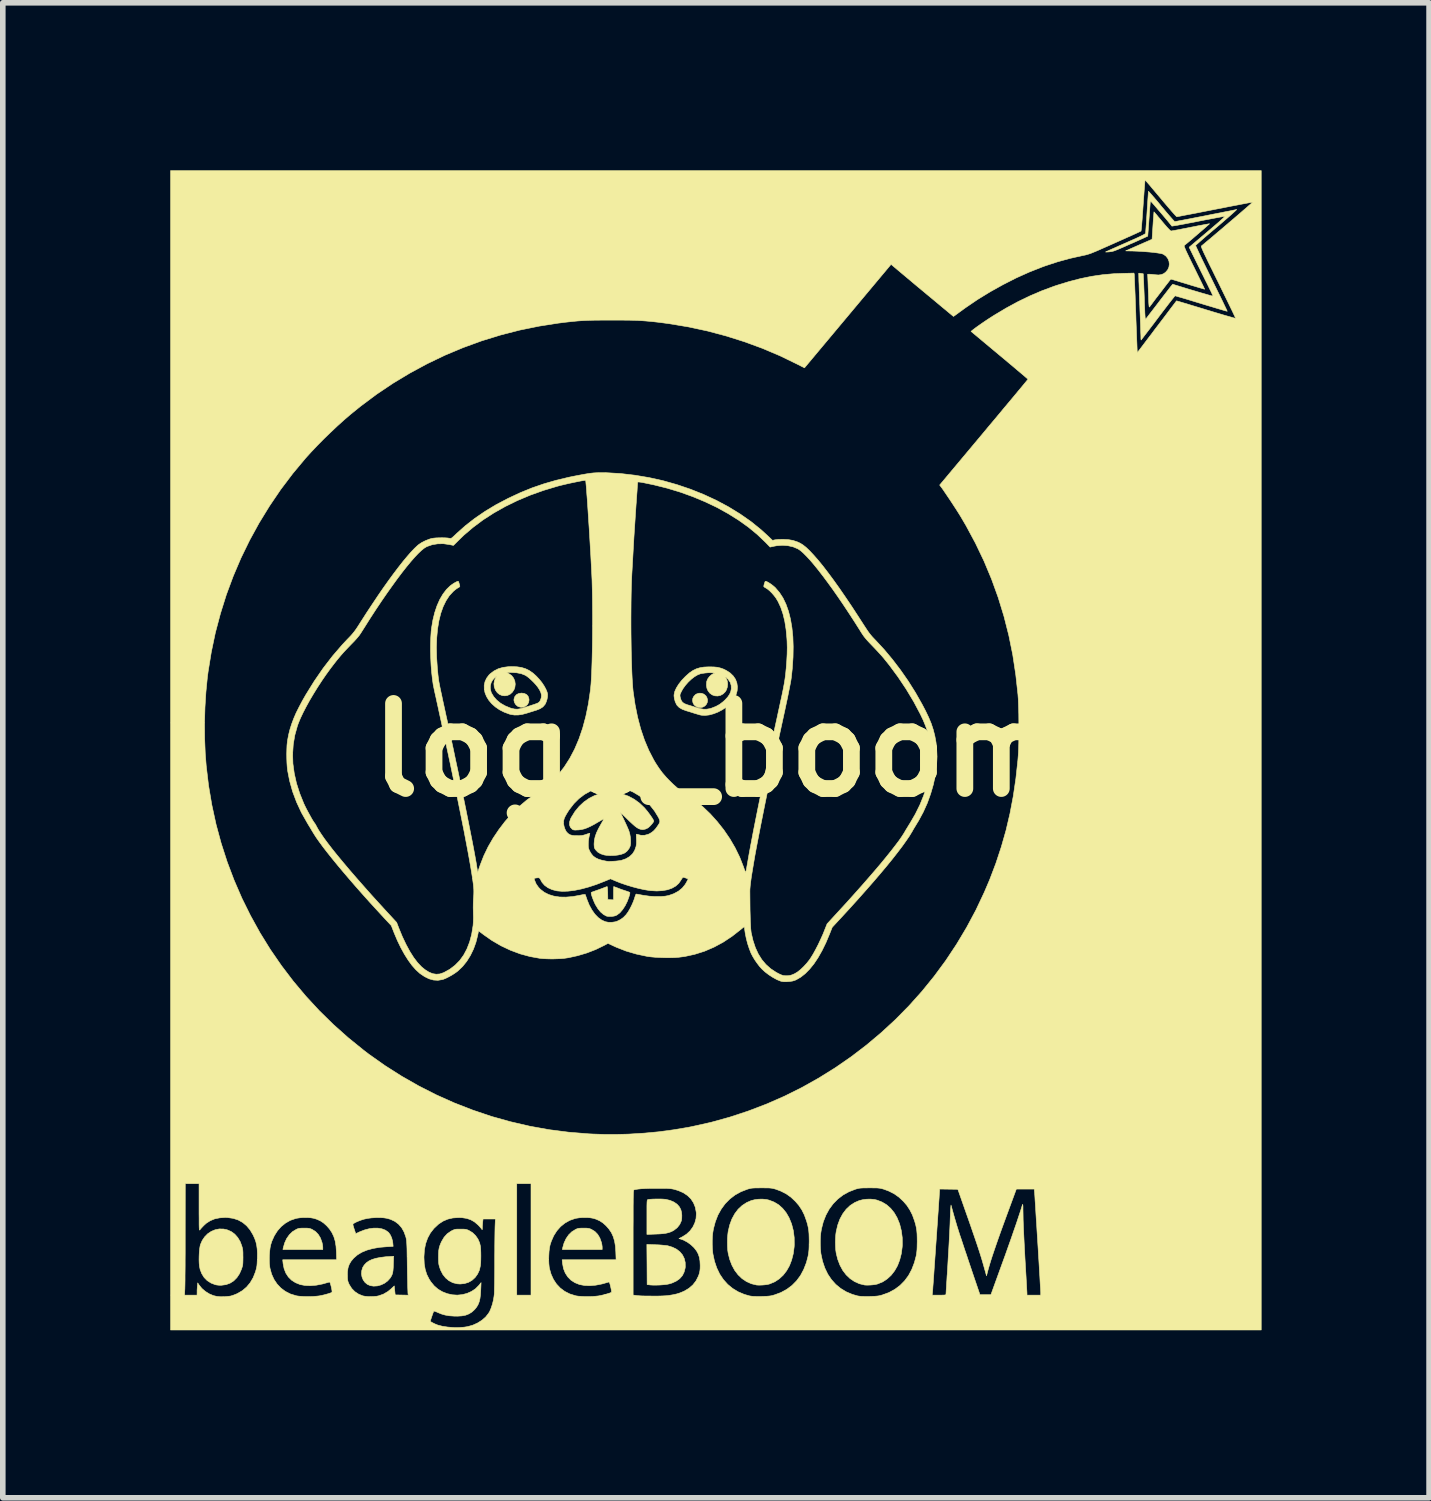
<source format=kicad_pcb>
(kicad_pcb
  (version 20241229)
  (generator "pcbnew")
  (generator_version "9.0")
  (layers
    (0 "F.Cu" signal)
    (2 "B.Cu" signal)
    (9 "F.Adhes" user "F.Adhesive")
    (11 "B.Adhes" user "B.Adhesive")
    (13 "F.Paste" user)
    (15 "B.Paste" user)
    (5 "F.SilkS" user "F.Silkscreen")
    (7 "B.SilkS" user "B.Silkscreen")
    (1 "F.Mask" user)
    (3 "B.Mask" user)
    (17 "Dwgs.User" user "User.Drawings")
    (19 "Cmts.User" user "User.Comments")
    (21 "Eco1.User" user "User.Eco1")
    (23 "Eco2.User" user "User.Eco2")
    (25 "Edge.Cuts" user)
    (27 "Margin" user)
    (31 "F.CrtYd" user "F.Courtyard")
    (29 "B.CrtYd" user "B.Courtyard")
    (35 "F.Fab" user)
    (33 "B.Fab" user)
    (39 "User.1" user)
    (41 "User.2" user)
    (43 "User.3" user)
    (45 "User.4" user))
  (footprint "logo_boom"
    (layer "F.Cu")
    (at 9.767 10.383)
    (property "Reference" "logo_boom" (at 0 0 0) (layer "F.SilkS") (effects (font (size 1.524 1.524) (thickness 0.3))))
    (attr through_hole)
    (fp_poly (pts (xy -0.254 -1.017) (xy -0.212 -1.002) (xy -0.177 -0.974) (xy -0.158 -0.944) (xy -0.145 -0.901) (xy -0.148 -0.859) (xy -0.164 -0.822) (xy -0.191 -0.791) (xy -0.227 -0.77) (xy -0.27 -0.761) (xy -0.313 -0.765) (xy -0.356 -0.783) (xy -0.387 -0.811) (xy -0.406 -0.847) (xy -0.414 -0.886) (xy -0.409 -0.926) (xy -0.39 -0.963) (xy -0.359 -0.995) (xy -0.343 -1.004) (xy -0.299 -1.018) (xy -0.254 -1.017)) (stroke (width 0.01) (type solid)) (fill yes) (layer "F.SilkS"))
    (fp_poly (pts (xy -3.425 -1.013) (xy -3.385 -0.993) (xy -3.358 -0.961) (xy -3.344 -0.918) (xy -3.342 -0.896) (xy -3.35 -0.852) (xy -3.371 -0.814) (xy -3.403 -0.787) (xy -3.441 -0.77) (xy -3.485 -0.766) (xy -3.529 -0.776) (xy -3.547 -0.785) (xy -3.578 -0.811) (xy -3.601 -0.847) (xy -3.612 -0.886) (xy -3.612 -0.912) (xy -3.597 -0.957) (xy -3.569 -0.991) (xy -3.529 -1.012) (xy -3.479 -1.02) (xy -3.474 -1.02) (xy -3.425 -1.013)) (stroke (width 0.01) (type solid)) (fill yes) (layer "F.SilkS"))
    (fp_poly (pts (xy -7.326 8.562) (xy -7.294 8.565) (xy -7.27 8.569) (xy -7.246 8.577) (xy -7.228 8.585) (xy -7.167 8.623) (xy -7.117 8.675) (xy -7.078 8.739) (xy -7.05 8.818) (xy -7.05 8.819) (xy -7.042 8.854) (xy -7.037 8.889) (xy -7.036 8.908) (xy -7.036 8.945) (xy -7.75 8.945) (xy -7.744 8.916) (xy -7.719 8.828) (xy -7.683 8.749) (xy -7.635 8.681) (xy -7.579 8.626) (xy -7.513 8.586) (xy -7.512 8.585) (xy -7.487 8.574) (xy -7.464 8.567) (xy -7.437 8.564) (xy -7.402 8.562) (xy -7.37 8.562) (xy -7.326 8.562)) (stroke (width 0.01) (type solid)) (fill yes) (layer "F.SilkS"))
    (fp_poly (pts (xy -2.322 8.562) (xy -2.29 8.565) (xy -2.265 8.569) (xy -2.242 8.577) (xy -2.224 8.585) (xy -2.162 8.623) (xy -2.112 8.675) (xy -2.074 8.739) (xy -2.046 8.818) (xy -2.045 8.819) (xy -2.038 8.854) (xy -2.033 8.889) (xy -2.032 8.908) (xy -2.032 8.945) (xy -2.745 8.945) (xy -2.74 8.916) (xy -2.715 8.828) (xy -2.678 8.749) (xy -2.631 8.681) (xy -2.574 8.626) (xy -2.509 8.586) (xy -2.508 8.585) (xy -2.483 8.574) (xy -2.459 8.567) (xy -2.433 8.564) (xy -2.398 8.562) (xy -2.366 8.562) (xy -2.322 8.562)) (stroke (width 0.01) (type solid)) (fill yes) (layer "F.SilkS"))
    (fp_poly (pts (xy -5.772 9.205) (xy -5.774 9.269) (xy -5.778 9.319) (xy -5.784 9.358) (xy -5.793 9.39) (xy -5.806 9.419) (xy -5.824 9.448) (xy -5.831 9.459) (xy -5.875 9.508) (xy -5.93 9.549) (xy -5.993 9.579) (xy -6.059 9.597) (xy -6.126 9.601) (xy -6.185 9.592) (xy -6.238 9.569) (xy -6.281 9.533) (xy -6.313 9.488) (xy -6.334 9.436) (xy -6.343 9.38) (xy -6.338 9.323) (xy -6.321 9.267) (xy -6.294 9.224) (xy -6.257 9.184) (xy -6.211 9.151) (xy -6.154 9.124) (xy -6.086 9.103) (xy -6.004 9.087) (xy -5.907 9.075) (xy -5.859 9.072) (xy -5.767 9.066) (xy -5.772 9.205)) (stroke (width 0.01) (type solid)) (fill yes) (layer "F.SilkS"))
    (fp_poly (pts (xy -1.075 8.86) (xy -1.019 8.862) (xy -0.965 8.866) (xy -0.916 8.871) (xy -0.877 8.875) (xy -0.858 8.878) (xy -0.773 8.904) (xy -0.7 8.94) (xy -0.64 8.987) (xy -0.594 9.042) (xy -0.562 9.107) (xy -0.545 9.178) (xy -0.544 9.256) (xy -0.546 9.277) (xy -0.565 9.35) (xy -0.597 9.414) (xy -0.644 9.467) (xy -0.706 9.511) (xy -0.783 9.546) (xy -0.833 9.561) (xy -0.877 9.57) (xy -0.933 9.576) (xy -0.996 9.581) (xy -1.061 9.583) (xy -1.122 9.583) (xy -1.174 9.58) (xy -1.179 9.579) (xy -1.227 9.573) (xy -1.229 9.214) (xy -1.232 8.854) (xy -1.075 8.86)) (stroke (width 0.01) (type solid)) (fill yes) (layer "F.SilkS"))
    (fp_poly (pts (xy -0.976 8.041) (xy -0.934 8.043) (xy -0.902 8.046) (xy -0.899 8.046) (xy -0.818 8.065) (xy -0.748 8.095) (xy -0.691 8.134) (xy -0.649 8.182) (xy -0.624 8.23) (xy -0.612 8.276) (xy -0.606 8.33) (xy -0.607 8.383) (xy -0.613 8.428) (xy -0.615 8.433) (xy -0.643 8.496) (xy -0.686 8.551) (xy -0.742 8.596) (xy -0.774 8.615) (xy -0.811 8.632) (xy -0.849 8.644) (xy -0.891 8.654) (xy -0.94 8.661) (xy -1.001 8.666) (xy -1.075 8.669) (xy -1.231 8.675) (xy -1.231 8.366) (xy -1.231 8.284) (xy -1.231 8.218) (xy -1.231 8.166) (xy -1.23 8.126) (xy -1.229 8.097) (xy -1.227 8.077) (xy -1.225 8.064) (xy -1.222 8.057) (xy -1.218 8.053) (xy -1.216 8.052) (xy -1.197 8.048) (xy -1.164 8.045) (xy -1.122 8.042) (xy -1.073 8.041) (xy -1.023 8.041) (xy -0.976 8.041)) (stroke (width 0.01) (type solid)) (fill yes) (layer "F.SilkS"))
    (fp_poly (pts (xy -8.815 8.578) (xy -8.75 8.592) (xy -8.676 8.624) (xy -8.613 8.67) (xy -8.559 8.731) (xy -8.515 8.805) (xy -8.486 8.883) (xy -8.478 8.911) (xy -8.472 8.938) (xy -8.468 8.967) (xy -8.466 9.003) (xy -8.466 9.05) (xy -8.465 9.085) (xy -8.466 9.139) (xy -8.467 9.179) (xy -8.469 9.21) (xy -8.473 9.235) (xy -8.48 9.26) (xy -8.489 9.288) (xy -8.49 9.292) (xy -8.527 9.377) (xy -8.574 9.448) (xy -8.63 9.505) (xy -8.695 9.547) (xy -8.768 9.574) (xy -8.849 9.585) (xy -8.87 9.586) (xy -8.907 9.584) (xy -8.944 9.579) (xy -8.962 9.575) (xy -9.039 9.545) (xy -9.106 9.502) (xy -9.161 9.446) (xy -9.203 9.379) (xy -9.233 9.302) (xy -9.245 9.242) (xy -9.25 9.19) (xy -9.252 9.13) (xy -9.251 9.065) (xy -9.248 9.001) (xy -9.243 8.942) (xy -9.235 8.891) (xy -9.228 8.859) (xy -9.195 8.783) (xy -9.151 8.718) (xy -9.097 8.663) (xy -9.034 8.621) (xy -8.965 8.592) (xy -8.891 8.577) (xy -8.815 8.578)) (stroke (width 0.01) (type solid)) (fill yes) (layer "F.SilkS"))
    (fp_poly (pts (xy 0.911 8.05) (xy 0.954 8.06) (xy 1.047 8.096) (xy 1.129 8.145) (xy 1.2 8.209) (xy 1.263 8.287) (xy 1.315 8.377) (xy 1.36 8.487) (xy 1.391 8.607) (xy 1.407 8.733) (xy 1.408 8.864) (xy 1.406 8.899) (xy 1.39 9.02) (xy 1.361 9.133) (xy 1.322 9.235) (xy 1.271 9.325) (xy 1.21 9.404) (xy 1.139 9.47) (xy 1.059 9.523) (xy 0.97 9.56) (xy 0.959 9.564) (xy 0.923 9.572) (xy 0.878 9.578) (xy 0.828 9.582) (xy 0.781 9.583) (xy 0.743 9.582) (xy 0.734 9.581) (xy 0.639 9.558) (xy 0.552 9.519) (xy 0.473 9.466) (xy 0.402 9.398) (xy 0.341 9.318) (xy 0.291 9.225) (xy 0.251 9.12) (xy 0.224 9.011) (xy 0.216 8.956) (xy 0.212 8.888) (xy 0.211 8.815) (xy 0.212 8.741) (xy 0.218 8.673) (xy 0.224 8.624) (xy 0.252 8.505) (xy 0.291 8.399) (xy 0.342 8.305) (xy 0.403 8.224) (xy 0.475 8.157) (xy 0.556 8.104) (xy 0.639 8.068) (xy 0.701 8.053) (xy 0.771 8.044) (xy 0.843 8.043) (xy 0.911 8.05)) (stroke (width 0.01) (type solid)) (fill yes) (layer "F.SilkS"))
    (fp_poly (pts (xy 2.845 8.05) (xy 2.889 8.06) (xy 2.981 8.096) (xy 3.063 8.145) (xy 3.135 8.209) (xy 3.198 8.287) (xy 3.25 8.377) (xy 3.295 8.487) (xy 3.325 8.607) (xy 3.342 8.733) (xy 3.343 8.864) (xy 3.341 8.899) (xy 3.325 9.02) (xy 3.296 9.133) (xy 3.257 9.235) (xy 3.206 9.325) (xy 3.145 9.404) (xy 3.074 9.47) (xy 2.994 9.523) (xy 2.905 9.56) (xy 2.894 9.564) (xy 2.858 9.572) (xy 2.812 9.578) (xy 2.763 9.582) (xy 2.716 9.583) (xy 2.678 9.582) (xy 2.669 9.581) (xy 2.574 9.558) (xy 2.487 9.519) (xy 2.408 9.466) (xy 2.337 9.398) (xy 2.276 9.318) (xy 2.226 9.225) (xy 2.186 9.12) (xy 2.159 9.011) (xy 2.151 8.956) (xy 2.147 8.888) (xy 2.145 8.815) (xy 2.147 8.741) (xy 2.152 8.673) (xy 2.159 8.624) (xy 2.187 8.505) (xy 2.226 8.399) (xy 2.277 8.305) (xy 2.338 8.224) (xy 2.409 8.157) (xy 2.491 8.104) (xy 2.574 8.068) (xy 2.636 8.053) (xy 2.706 8.044) (xy 2.778 8.043) (xy 2.845 8.05)) (stroke (width 0.01) (type solid)) (fill yes) (layer "F.SilkS"))
    (fp_poly (pts (xy -4.525 8.58) (xy -4.493 8.582) (xy -4.468 8.586) (xy -4.445 8.593) (xy -4.419 8.604) (xy -4.418 8.605) (xy -4.355 8.643) (xy -4.301 8.695) (xy -4.258 8.756) (xy -4.227 8.826) (xy -4.212 8.89) (xy -4.208 8.937) (xy -4.206 8.995) (xy -4.205 9.06) (xy -4.206 9.125) (xy -4.208 9.184) (xy -4.213 9.232) (xy -4.213 9.234) (xy -4.231 9.314) (xy -4.264 9.385) (xy -4.308 9.446) (xy -4.363 9.496) (xy -4.427 9.533) (xy -4.499 9.555) (xy -4.576 9.563) (xy -4.63 9.559) (xy -4.706 9.54) (xy -4.775 9.505) (xy -4.834 9.456) (xy -4.885 9.393) (xy -4.925 9.316) (xy -4.94 9.274) (xy -4.95 9.242) (xy -4.957 9.213) (xy -4.961 9.182) (xy -4.963 9.145) (xy -4.964 9.095) (xy -4.964 9.085) (xy -4.963 9.019) (xy -4.96 8.965) (xy -4.952 8.918) (xy -4.939 8.874) (xy -4.92 8.827) (xy -4.907 8.799) (xy -4.863 8.725) (xy -4.808 8.664) (xy -4.742 8.618) (xy -4.724 8.608) (xy -4.697 8.595) (xy -4.675 8.587) (xy -4.652 8.582) (xy -4.624 8.58) (xy -4.585 8.58) (xy -4.569 8.58) (xy -4.525 8.58)) (stroke (width 0.01) (type solid)) (fill yes) (layer "F.SilkS"))
    (fp_poly (pts (xy -1.816 2.448) (xy -1.794 2.456) (xy -1.764 2.467) (xy -1.757 2.47) (xy -1.716 2.486) (xy -1.669 2.503) (xy -1.623 2.518) (xy -1.618 2.52) (xy -1.584 2.531) (xy -1.557 2.541) (xy -1.54 2.548) (xy -1.537 2.55) (xy -1.536 2.561) (xy -1.54 2.584) (xy -1.548 2.613) (xy -1.548 2.615) (xy -1.581 2.707) (xy -1.621 2.788) (xy -1.666 2.857) (xy -1.714 2.913) (xy -1.766 2.953) (xy -1.789 2.965) (xy -1.821 2.974) (xy -1.862 2.98) (xy -1.905 2.981) (xy -1.942 2.977) (xy -1.96 2.972) (xy -2.011 2.943) (xy -2.062 2.899) (xy -2.109 2.841) (xy -2.152 2.771) (xy -2.167 2.741) (xy -2.186 2.697) (xy -2.203 2.654) (xy -2.217 2.614) (xy -2.226 2.581) (xy -2.23 2.559) (xy -2.228 2.551) (xy -2.217 2.545) (xy -2.193 2.536) (xy -2.161 2.525) (xy -2.146 2.519) (xy -2.102 2.504) (xy -2.056 2.487) (xy -2.015 2.472) (xy -2.011 2.47) (xy -1.98 2.458) (xy -1.956 2.449) (xy -1.943 2.445) (xy -1.943 2.445) (xy -1.94 2.453) (xy -1.937 2.476) (xy -1.935 2.51) (xy -1.933 2.551) (xy -1.933 2.562) (xy -1.931 2.678) (xy -1.88 2.681) (xy -1.829 2.683) (xy -1.829 2.564) (xy -1.829 2.521) (xy -1.828 2.484) (xy -1.827 2.458) (xy -1.826 2.446) (xy -1.825 2.445) (xy -1.816 2.448)) (stroke (width 0.01) (type solid)) (fill yes) (layer "F.SilkS"))
    (fp_poly (pts (xy -1.784 0.765) (xy -1.668 0.788) (xy -1.56 0.827) (xy -1.458 0.882) (xy -1.362 0.952) (xy -1.275 1.035) (xy -1.249 1.066) (xy -1.219 1.102) (xy -1.19 1.141) (xy -1.162 1.18) (xy -1.138 1.215) (xy -1.12 1.245) (xy -1.11 1.266) (xy -1.108 1.272) (xy -1.114 1.287) (xy -1.13 1.31) (xy -1.152 1.336) (xy -1.177 1.363) (xy -1.201 1.385) (xy -1.214 1.395) (xy -1.256 1.415) (xy -1.293 1.423) (xy -1.322 1.423) (xy -1.35 1.418) (xy -1.38 1.407) (xy -1.412 1.388) (xy -1.45 1.359) (xy -1.494 1.32) (xy -1.548 1.27) (xy -1.572 1.246) (xy -1.707 1.114) (xy -1.64 1.254) (xy -1.616 1.305) (xy -1.593 1.355) (xy -1.573 1.401) (xy -1.557 1.438) (xy -1.551 1.456) (xy -1.537 1.506) (xy -1.527 1.563) (xy -1.523 1.621) (xy -1.523 1.674) (xy -1.53 1.717) (xy -1.53 1.719) (xy -1.55 1.762) (xy -1.581 1.804) (xy -1.62 1.837) (xy -1.638 1.848) (xy -1.686 1.866) (xy -1.747 1.88) (xy -1.814 1.888) (xy -1.884 1.89) (xy -1.951 1.886) (xy -1.996 1.879) (xy -2.06 1.858) (xy -2.112 1.827) (xy -2.15 1.787) (xy -2.164 1.766) (xy -2.172 1.747) (xy -2.175 1.725) (xy -2.177 1.693) (xy -2.177 1.677) (xy -2.172 1.615) (xy -2.158 1.551) (xy -2.134 1.482) (xy -2.098 1.407) (xy -2.062 1.342) (xy -2.04 1.303) (xy -2.021 1.27) (xy -2.009 1.246) (xy -2.003 1.233) (xy -2.002 1.231) (xy -2.011 1.236) (xy -2.032 1.247) (xy -2.062 1.265) (xy -2.098 1.286) (xy -2.101 1.287) (xy -2.177 1.332) (xy -2.242 1.366) (xy -2.299 1.392) (xy -2.35 1.411) (xy -2.4 1.423) (xy -2.449 1.43) (xy -2.471 1.431) (xy -2.509 1.433) (xy -2.534 1.432) (xy -2.551 1.428) (xy -2.565 1.421) (xy -2.571 1.415) (xy -2.603 1.381) (xy -2.618 1.339) (xy -2.617 1.291) (xy -2.6 1.236) (xy -2.585 1.206) (xy -2.519 1.1) (xy -2.443 1.008) (xy -2.358 0.929) (xy -2.265 0.864) (xy -2.166 0.814) (xy -2.061 0.78) (xy -1.951 0.762) (xy -1.838 0.76) (xy -1.784 0.765)) (stroke (width 0.01) (type solid)) (fill yes) (layer "F.SilkS"))
    (fp_poly (pts (xy -3.558 -1.491) (xy -3.478 -1.479) (xy -3.406 -1.457) (xy -3.34 -1.425) (xy -3.276 -1.381) (xy -3.265 -1.372) (xy -3.211 -1.323) (xy -3.16 -1.268) (xy -3.113 -1.21) (xy -3.073 -1.15) (xy -3.041 -1.092) (xy -3.019 -1.039) (xy -3.01 -1.001) (xy -3.011 -0.96) (xy -3.019 -0.912) (xy -3.034 -0.864) (xy -3.052 -0.823) (xy -3.057 -0.816) (xy -3.094 -0.773) (xy -3.145 -0.74) (xy -3.211 -0.714) (xy -3.212 -0.713) (xy -3.247 -0.703) (xy -3.293 -0.688) (xy -3.343 -0.673) (xy -3.377 -0.662) (xy -3.461 -0.639) (xy -3.535 -0.628) (xy -3.602 -0.627) (xy -3.667 -0.637) (xy -3.694 -0.644) (xy -3.788 -0.679) (xy -3.872 -0.722) (xy -3.946 -0.773) (xy -4.01 -0.83) (xy -4.062 -0.891) (xy -4.102 -0.956) (xy -4.13 -1.023) (xy -4.144 -1.091) (xy -4.145 -1.149) (xy -4.035 -1.149) (xy -4.035 -1.09) (xy -4.019 -1.031) (xy -4.016 -1.024) (xy -3.975 -0.956) (xy -3.92 -0.894) (xy -3.851 -0.838) (xy -3.771 -0.792) (xy -3.682 -0.755) (xy -3.654 -0.746) (xy -3.598 -0.734) (xy -3.549 -0.732) (xy -3.509 -0.738) (xy -3.473 -0.747) (xy -3.429 -0.76) (xy -3.38 -0.775) (xy -3.33 -0.791) (xy -3.282 -0.807) (xy -3.239 -0.821) (xy -3.205 -0.834) (xy -3.183 -0.843) (xy -3.179 -0.845) (xy -3.156 -0.863) (xy -3.14 -0.889) (xy -3.127 -0.926) (xy -3.122 -0.946) (xy -3.12 -0.985) (xy -3.13 -1.028) (xy -3.153 -1.077) (xy -3.186 -1.128) (xy -3.218 -1.168) (xy -3.257 -1.211) (xy -3.3 -1.253) (xy -3.343 -1.292) (xy -3.382 -1.322) (xy -3.413 -1.341) (xy -3.482 -1.368) (xy -3.564 -1.384) (xy -3.658 -1.389) (xy -3.659 -1.389) (xy -3.742 -1.389) (xy -3.701 -1.367) (xy -3.654 -1.334) (xy -3.619 -1.289) (xy -3.597 -1.237) (xy -3.589 -1.181) (xy -3.596 -1.123) (xy -3.609 -1.086) (xy -3.64 -1.037) (xy -3.68 -1.001) (xy -3.726 -0.979) (xy -3.774 -0.971) (xy -3.823 -0.976) (xy -3.87 -0.995) (xy -3.911 -1.028) (xy -3.944 -1.074) (xy -3.965 -1.13) (xy -3.971 -1.188) (xy -3.961 -1.245) (xy -3.946 -1.28) (xy -3.923 -1.322) (xy -3.951 -1.3) (xy -3.992 -1.257) (xy -4.021 -1.206) (xy -4.035 -1.149) (xy -4.145 -1.149) (xy -4.145 -1.159) (xy -4.131 -1.224) (xy -4.102 -1.287) (xy -4.058 -1.346) (xy -4.038 -1.365) (xy -3.971 -1.416) (xy -3.895 -1.455) (xy -3.81 -1.48) (xy -3.713 -1.493) (xy -3.651 -1.495) (xy -3.558 -1.491)) (stroke (width 0.01) (type solid)) (fill yes) (layer "F.SilkS"))
    (fp_poly (pts (xy -0.028 -1.488) (xy 0.033 -1.482) (xy 0.086 -1.469) (xy 0.138 -1.451) (xy 0.189 -1.426) (xy 0.259 -1.381) (xy 0.314 -1.328) (xy 0.355 -1.268) (xy 0.38 -1.202) (xy 0.39 -1.133) (xy 0.385 -1.061) (xy 0.365 -0.989) (xy 0.328 -0.917) (xy 0.276 -0.848) (xy 0.256 -0.827) (xy 0.192 -0.77) (xy 0.119 -0.721) (xy 0.041 -0.68) (xy -0.039 -0.649) (xy -0.118 -0.628) (xy -0.193 -0.62) (xy -0.257 -0.624) (xy -0.285 -0.63) (xy -0.322 -0.641) (xy -0.363 -0.653) (xy -0.38 -0.658) (xy -0.426 -0.673) (xy -0.474 -0.688) (xy -0.518 -0.701) (xy -0.528 -0.704) (xy -0.598 -0.73) (xy -0.653 -0.762) (xy -0.692 -0.802) (xy -0.7 -0.815) (xy -0.724 -0.865) (xy -0.739 -0.92) (xy -0.746 -0.972) (xy -0.745 -0.978) (xy -0.639 -0.978) (xy -0.637 -0.958) (xy -0.632 -0.935) (xy -0.618 -0.892) (xy -0.596 -0.858) (xy -0.563 -0.833) (xy -0.516 -0.814) (xy -0.501 -0.809) (xy -0.463 -0.798) (xy -0.416 -0.783) (xy -0.368 -0.768) (xy -0.343 -0.76) (xy -0.274 -0.741) (xy -0.214 -0.731) (xy -0.159 -0.732) (xy -0.105 -0.741) (xy -0.072 -0.751) (xy 0.006 -0.782) (xy 0.073 -0.819) (xy 0.134 -0.866) (xy 0.168 -0.897) (xy 0.216 -0.949) (xy 0.249 -0.998) (xy 0.27 -1.045) (xy 0.28 -1.095) (xy 0.28 -1.097) (xy 0.278 -1.158) (xy 0.261 -1.212) (xy 0.227 -1.262) (xy 0.222 -1.267) (xy 0.199 -1.291) (xy 0.184 -1.304) (xy 0.177 -1.306) (xy 0.18 -1.295) (xy 0.188 -1.283) (xy 0.208 -1.237) (xy 0.215 -1.185) (xy 0.21 -1.13) (xy 0.193 -1.078) (xy 0.173 -1.044) (xy 0.133 -1.005) (xy 0.087 -0.979) (xy 0.037 -0.968) (xy -0.014 -0.971) (xy -0.062 -0.988) (xy -0.105 -1.019) (xy -0.137 -1.061) (xy -0.157 -1.108) (xy -0.165 -1.163) (xy -0.162 -1.217) (xy -0.158 -1.235) (xy -0.14 -1.277) (xy -0.11 -1.317) (xy -0.074 -1.349) (xy -0.05 -1.363) (xy -0.016 -1.379) (xy -0.063 -1.384) (xy -0.098 -1.386) (xy -0.144 -1.384) (xy -0.195 -1.379) (xy -0.242 -1.372) (xy -0.27 -1.367) (xy -0.322 -1.347) (xy -0.378 -1.314) (xy -0.435 -1.27) (xy -0.491 -1.217) (xy -0.542 -1.159) (xy -0.586 -1.098) (xy -0.613 -1.05) (xy -0.628 -1.018) (xy -0.637 -0.996) (xy -0.639 -0.978) (xy -0.745 -0.978) (xy -0.744 -0.996) (xy -0.731 -1.052) (xy -0.702 -1.115) (xy -0.661 -1.18) (xy -0.608 -1.248) (xy -0.544 -1.315) (xy -0.53 -1.328) (xy -0.468 -1.383) (xy -0.408 -1.424) (xy -0.347 -1.454) (xy -0.282 -1.474) (xy -0.209 -1.486) (xy -0.123 -1.49) (xy -0.101 -1.49) (xy -0.028 -1.488)) (stroke (width 0.01) (type solid)) (fill yes) (layer "F.SilkS"))
    (fp_poly (pts (xy 7.856 -9.633) (xy 7.872 -9.615) (xy 7.896 -9.587) (xy 7.926 -9.55) (xy 7.962 -9.508) (xy 7.995 -9.468) (xy 8.045 -9.409) (xy 8.085 -9.363) (xy 8.116 -9.33) (xy 8.138 -9.308) (xy 8.152 -9.298) (xy 8.156 -9.296) (xy 8.169 -9.298) (xy 8.196 -9.303) (xy 8.237 -9.31) (xy 8.29 -9.32) (xy 8.351 -9.332) (xy 8.42 -9.345) (xy 8.494 -9.36) (xy 8.508 -9.363) (xy 8.582 -9.377) (xy 8.65 -9.391) (xy 8.711 -9.402) (xy 8.763 -9.412) (xy 8.804 -9.419) (xy 8.831 -9.424) (xy 8.844 -9.426) (xy 8.845 -9.425) (xy 8.839 -9.419) (xy 8.822 -9.404) (xy 8.795 -9.38) (xy 8.76 -9.349) (xy 8.719 -9.313) (xy 8.674 -9.275) (xy 8.627 -9.234) (xy 8.579 -9.193) (xy 8.533 -9.153) (xy 8.49 -9.117) (xy 8.452 -9.085) (xy 8.421 -9.06) (xy 8.399 -9.042) (xy 8.392 -9.036) (xy 8.391 -9.032) (xy 8.392 -9.022) (xy 8.397 -9.006) (xy 8.407 -8.982) (xy 8.421 -8.949) (xy 8.441 -8.906) (xy 8.467 -8.852) (xy 8.499 -8.785) (xy 8.538 -8.705) (xy 8.57 -8.641) (xy 8.607 -8.565) (xy 8.642 -8.493) (xy 8.674 -8.428) (xy 8.702 -8.371) (xy 8.725 -8.324) (xy 8.742 -8.288) (xy 8.753 -8.264) (xy 8.758 -8.254) (xy 8.758 -8.254) (xy 8.749 -8.256) (xy 8.726 -8.262) (xy 8.689 -8.273) (xy 8.641 -8.287) (xy 8.585 -8.304) (xy 8.52 -8.323) (xy 8.456 -8.343) (xy 8.387 -8.364) (xy 8.323 -8.383) (xy 8.267 -8.401) (xy 8.219 -8.415) (xy 8.183 -8.426) (xy 8.16 -8.432) (xy 8.152 -8.434) (xy 8.147 -8.428) (xy 8.131 -8.409) (xy 8.109 -8.38) (xy 8.079 -8.342) (xy 8.045 -8.298) (xy 8.008 -8.249) (xy 7.968 -8.197) (xy 7.928 -8.145) (xy 7.888 -8.093) (xy 7.851 -8.044) (xy 7.818 -7.999) (xy 7.789 -7.961) (xy 7.77 -7.935) (xy 7.766 -7.935) (xy 7.763 -7.946) (xy 7.76 -7.97) (xy 7.757 -8.009) (xy 7.755 -8.064) (xy 7.754 -8.088) (xy 7.752 -8.153) (xy 7.749 -8.224) (xy 7.746 -8.294) (xy 7.744 -8.358) (xy 7.743 -8.388) (xy 7.737 -8.522) (xy 7.768 -8.522) (xy 7.793 -8.521) (xy 7.827 -8.518) (xy 7.865 -8.513) (xy 7.868 -8.513) (xy 7.928 -8.508) (xy 7.978 -8.514) (xy 8.02 -8.53) (xy 8.06 -8.558) (xy 8.06 -8.559) (xy 8.096 -8.601) (xy 8.118 -8.65) (xy 8.125 -8.702) (xy 8.119 -8.753) (xy 8.099 -8.802) (xy 8.066 -8.845) (xy 8.021 -8.878) (xy 8.017 -8.88) (xy 7.994 -8.888) (xy 7.956 -8.896) (xy 7.905 -8.904) (xy 7.843 -8.912) (xy 7.772 -8.919) (xy 7.696 -8.925) (xy 7.615 -8.931) (xy 7.533 -8.935) (xy 7.452 -8.938) (xy 7.434 -8.938) (xy 7.343 -8.94) (xy 7.579 -9.044) (xy 7.816 -9.148) (xy 7.832 -9.394) (xy 7.836 -9.457) (xy 7.84 -9.515) (xy 7.844 -9.564) (xy 7.847 -9.603) (xy 7.849 -9.628) (xy 7.85 -9.639) (xy 7.85 -9.639) (xy 7.856 -9.633)) (stroke (width 0.01) (type solid)) (fill yes) (layer "F.SilkS"))
    (fp_poly (pts (xy 7.757 -10.002) (xy 7.773 -9.985) (xy 7.797 -9.958) (xy 7.829 -9.921) (xy 7.868 -9.876) (xy 7.912 -9.824) (xy 7.96 -9.767) (xy 7.981 -9.74) (xy 8.031 -9.681) (xy 8.078 -9.625) (xy 8.12 -9.576) (xy 8.157 -9.534) (xy 8.187 -9.5) (xy 8.208 -9.477) (xy 8.22 -9.465) (xy 8.222 -9.464) (xy 8.232 -9.466) (xy 8.258 -9.47) (xy 8.297 -9.478) (xy 8.348 -9.487) (xy 8.409 -9.499) (xy 8.479 -9.512) (xy 8.555 -9.527) (xy 8.636 -9.543) (xy 8.72 -9.559) (xy 8.805 -9.576) (xy 8.889 -9.593) (xy 8.972 -9.609) (xy 9.05 -9.624) (xy 9.122 -9.639) (xy 9.186 -9.651) (xy 9.241 -9.662) (xy 9.285 -9.671) (xy 9.316 -9.678) (xy 9.332 -9.681) (xy 9.329 -9.677) (xy 9.314 -9.662) (xy 9.288 -9.638) (xy 9.252 -9.605) (xy 9.207 -9.565) (xy 9.154 -9.519) (xy 9.094 -9.467) (xy 9.028 -9.41) (xy 8.977 -9.367) (xy 8.907 -9.308) (xy 8.841 -9.252) (xy 8.78 -9.2) (xy 8.726 -9.153) (xy 8.68 -9.113) (xy 8.643 -9.08) (xy 8.616 -9.056) (xy 8.6 -9.041) (xy 8.596 -9.038) (xy 8.599 -9.028) (xy 8.61 -9.004) (xy 8.627 -8.967) (xy 8.65 -8.918) (xy 8.678 -8.858) (xy 8.711 -8.789) (xy 8.749 -8.711) (xy 8.79 -8.627) (xy 8.834 -8.536) (xy 8.879 -8.444) (xy 8.925 -8.35) (xy 8.969 -8.26) (xy 9.01 -8.176) (xy 9.048 -8.099) (xy 9.081 -8.031) (xy 9.109 -7.972) (xy 9.132 -7.924) (xy 9.149 -7.888) (xy 9.159 -7.866) (xy 9.162 -7.858) (xy 9.154 -7.86) (xy 9.13 -7.866) (xy 9.092 -7.877) (xy 9.042 -7.892) (xy 8.981 -7.91) (xy 8.911 -7.931) (xy 8.834 -7.954) (xy 8.75 -7.979) (xy 8.698 -7.995) (xy 8.612 -8.021) (xy 8.53 -8.046) (xy 8.455 -8.069) (xy 8.388 -8.089) (xy 8.33 -8.106) (xy 8.284 -8.119) (xy 8.251 -8.129) (xy 8.232 -8.134) (xy 8.228 -8.135) (xy 8.221 -8.128) (xy 8.205 -8.108) (xy 8.18 -8.077) (xy 8.147 -8.035) (xy 8.108 -7.985) (xy 8.063 -7.926) (xy 8.013 -7.861) (xy 7.96 -7.791) (xy 7.921 -7.739) (xy 7.866 -7.666) (xy 7.814 -7.597) (xy 7.766 -7.534) (xy 7.723 -7.478) (xy 7.686 -7.43) (xy 7.657 -7.391) (xy 7.635 -7.363) (xy 7.623 -7.347) (xy 7.619 -7.344) (xy 7.618 -7.352) (xy 7.616 -7.372) (xy 7.616 -7.386) (xy 7.616 -7.402) (xy 7.615 -7.434) (xy 7.613 -7.48) (xy 7.611 -7.539) (xy 7.609 -7.609) (xy 7.606 -7.688) (xy 7.603 -7.776) (xy 7.599 -7.869) (xy 7.596 -7.967) (xy 7.595 -7.981) (xy 7.591 -8.078) (xy 7.588 -8.17) (xy 7.585 -8.255) (xy 7.583 -8.332) (xy 7.58 -8.399) (xy 7.579 -8.454) (xy 7.578 -8.497) (xy 7.577 -8.525) (xy 7.577 -8.538) (xy 7.577 -8.539) (xy 7.587 -8.54) (xy 7.608 -8.538) (xy 7.619 -8.536) (xy 7.658 -8.53) (xy 7.663 -8.432) (xy 7.665 -8.399) (xy 7.667 -8.352) (xy 7.669 -8.293) (xy 7.672 -8.224) (xy 7.675 -8.151) (xy 7.678 -8.074) (xy 7.679 -8.023) (xy 7.682 -7.951) (xy 7.685 -7.885) (xy 7.687 -7.827) (xy 7.69 -7.779) (xy 7.693 -7.743) (xy 7.695 -7.72) (xy 7.696 -7.713) (xy 7.703 -7.72) (xy 7.719 -7.739) (xy 7.743 -7.77) (xy 7.774 -7.811) (xy 7.812 -7.86) (xy 7.855 -7.916) (xy 7.902 -7.977) (xy 7.942 -8.03) (xy 7.992 -8.095) (xy 8.038 -8.155) (xy 8.08 -8.209) (xy 8.116 -8.256) (xy 8.146 -8.295) (xy 8.169 -8.323) (xy 8.183 -8.339) (xy 8.187 -8.343) (xy 8.198 -8.339) (xy 8.224 -8.33) (xy 8.262 -8.319) (xy 8.31 -8.304) (xy 8.366 -8.287) (xy 8.428 -8.268) (xy 8.493 -8.248) (xy 8.561 -8.228) (xy 8.628 -8.208) (xy 8.692 -8.189) (xy 8.752 -8.172) (xy 8.804 -8.157) (xy 8.848 -8.144) (xy 8.881 -8.135) (xy 8.901 -8.13) (xy 8.906 -8.129) (xy 8.904 -8.138) (xy 8.895 -8.16) (xy 8.881 -8.191) (xy 8.863 -8.228) (xy 8.86 -8.233) (xy 8.845 -8.263) (xy 8.824 -8.307) (xy 8.797 -8.362) (xy 8.765 -8.425) (xy 8.731 -8.495) (xy 8.694 -8.569) (xy 8.657 -8.645) (xy 8.645 -8.669) (xy 8.48 -9.005) (xy 8.806 -9.28) (xy 8.889 -9.351) (xy 8.958 -9.41) (xy 9.015 -9.459) (xy 9.058 -9.498) (xy 9.09 -9.527) (xy 9.109 -9.546) (xy 9.116 -9.556) (xy 9.115 -9.558) (xy 9.104 -9.557) (xy 9.076 -9.552) (xy 9.035 -9.545) (xy 8.982 -9.535) (xy 8.918 -9.523) (xy 8.845 -9.509) (xy 8.764 -9.494) (xy 8.678 -9.477) (xy 8.637 -9.469) (xy 8.549 -9.451) (xy 8.467 -9.436) (xy 8.391 -9.421) (xy 8.324 -9.409) (xy 8.267 -9.398) (xy 8.222 -9.391) (xy 8.19 -9.386) (xy 8.173 -9.383) (xy 8.171 -9.384) (xy 8.16 -9.397) (xy 8.141 -9.421) (xy 8.114 -9.454) (xy 8.082 -9.493) (xy 8.045 -9.537) (xy 8.006 -9.583) (xy 7.965 -9.631) (xy 7.925 -9.677) (xy 7.888 -9.721) (xy 7.854 -9.761) (xy 7.825 -9.794) (xy 7.803 -9.818) (xy 7.79 -9.833) (xy 7.786 -9.836) (xy 7.785 -9.826) (xy 7.783 -9.8) (xy 7.78 -9.761) (xy 7.776 -9.71) (xy 7.772 -9.65) (xy 7.767 -9.583) (xy 7.762 -9.517) (xy 7.757 -9.445) (xy 7.752 -9.379) (xy 7.748 -9.32) (xy 7.744 -9.272) (xy 7.741 -9.234) (xy 7.739 -9.211) (xy 7.738 -9.203) (xy 7.729 -9.199) (xy 7.706 -9.189) (xy 7.671 -9.173) (xy 7.625 -9.152) (xy 7.57 -9.127) (xy 7.508 -9.099) (xy 7.44 -9.069) (xy 7.429 -9.065) (xy 7.351 -9.03) (xy 7.286 -9.001) (xy 7.234 -8.979) (xy 7.192 -8.961) (xy 7.159 -8.948) (xy 7.132 -8.938) (xy 7.11 -8.932) (xy 7.09 -8.927) (xy 7.072 -8.925) (xy 7.053 -8.923) (xy 7.052 -8.922) (xy 7.019 -8.92) (xy 6.995 -8.919) (xy 6.984 -8.92) (xy 6.983 -8.92) (xy 6.992 -8.925) (xy 7.015 -8.935) (xy 7.051 -8.952) (xy 7.098 -8.973) (xy 7.155 -8.998) (xy 7.219 -9.027) (xy 7.29 -9.058) (xy 7.342 -9.081) (xy 7.429 -9.12) (xy 7.502 -9.152) (xy 7.561 -9.179) (xy 7.608 -9.201) (xy 7.644 -9.219) (xy 7.669 -9.232) (xy 7.686 -9.242) (xy 7.696 -9.25) (xy 7.7 -9.256) (xy 7.701 -9.268) (xy 7.703 -9.297) (xy 7.706 -9.338) (xy 7.71 -9.392) (xy 7.715 -9.455) (xy 7.719 -9.526) (xy 7.724 -9.603) (xy 7.726 -9.635) (xy 7.731 -9.713) (xy 7.736 -9.786) (xy 7.74 -9.851) (xy 7.744 -9.908) (xy 7.747 -9.953) (xy 7.749 -9.986) (xy 7.751 -10.003) (xy 7.751 -10.006) (xy 7.757 -10.002)) (stroke (width 0.01) (type solid)) (fill yes) (layer "F.SilkS"))
    (fp_poly (pts (xy -1.962 -4.967) (xy -1.958 -4.967) (xy -1.701 -4.952) (xy -1.445 -4.922) (xy -1.19 -4.879) (xy -0.939 -4.823) (xy -0.692 -4.753) (xy -0.45 -4.671) (xy -0.215 -4.577) (xy 0.012 -4.472) (xy 0.229 -4.356) (xy 0.436 -4.229) (xy 0.631 -4.093) (xy 0.812 -3.947) (xy 0.925 -3.844) (xy 1.019 -3.755) (xy 1.061 -3.765) (xy 1.088 -3.768) (xy 1.126 -3.772) (xy 1.17 -3.773) (xy 1.205 -3.774) (xy 1.3 -3.769) (xy 1.385 -3.754) (xy 1.466 -3.727) (xy 1.513 -3.705) (xy 1.562 -3.675) (xy 1.62 -3.629) (xy 1.684 -3.568) (xy 1.756 -3.491) (xy 1.835 -3.401) (xy 1.921 -3.296) (xy 2.013 -3.176) (xy 2.111 -3.044) (xy 2.216 -2.897) (xy 2.326 -2.737) (xy 2.442 -2.565) (xy 2.563 -2.379) (xy 2.654 -2.238) (xy 2.692 -2.18) (xy 2.723 -2.133) (xy 2.751 -2.094) (xy 2.778 -2.06) (xy 2.807 -2.026) (xy 2.84 -1.991) (xy 2.869 -1.961) (xy 3.019 -1.799) (xy 3.167 -1.622) (xy 3.311 -1.433) (xy 3.449 -1.235) (xy 3.578 -1.03) (xy 3.697 -0.82) (xy 3.756 -0.708) (xy 3.814 -0.587) (xy 3.861 -0.474) (xy 3.897 -0.365) (xy 3.925 -0.256) (xy 3.946 -0.142) (xy 3.958 -0.035) (xy 3.965 0.119) (xy 3.957 0.28) (xy 3.935 0.446) (xy 3.9 0.614) (xy 3.851 0.782) (xy 3.791 0.949) (xy 3.718 1.111) (xy 3.634 1.267) (xy 3.615 1.297) (xy 3.588 1.342) (xy 3.56 1.388) (xy 3.535 1.43) (xy 3.517 1.463) (xy 3.516 1.464) (xy 3.47 1.54) (xy 3.411 1.626) (xy 3.341 1.724) (xy 3.259 1.832) (xy 3.166 1.951) (xy 3.062 2.079) (xy 2.947 2.216) (xy 2.823 2.361) (xy 2.688 2.515) (xy 2.545 2.676) (xy 2.393 2.844) (xy 2.232 3.019) (xy 2.216 3.036) (xy 2.088 3.174) (xy 2.04 3.295) (xy 1.975 3.45) (xy 1.906 3.591) (xy 1.834 3.718) (xy 1.76 3.829) (xy 1.682 3.925) (xy 1.603 4.005) (xy 1.523 4.068) (xy 1.441 4.115) (xy 1.42 4.124) (xy 1.378 4.137) (xy 1.326 4.145) (xy 1.271 4.149) (xy 1.219 4.149) (xy 1.176 4.142) (xy 1.165 4.139) (xy 1.098 4.112) (xy 1.025 4.072) (xy 0.952 4.025) (xy 0.883 3.972) (xy 0.828 3.921) (xy 0.786 3.875) (xy 0.742 3.817) (xy 0.699 3.755) (xy 0.662 3.693) (xy 0.634 3.639) (xy 0.602 3.557) (xy 0.572 3.466) (xy 0.548 3.373) (xy 0.53 3.283) (xy 0.521 3.221) (xy 0.518 3.193) (xy 0.514 3.173) (xy 0.511 3.166) (xy 0.502 3.172) (xy 0.483 3.186) (xy 0.459 3.206) (xy 0.453 3.211) (xy 0.296 3.334) (xy 0.135 3.441) (xy -0.03 3.53) (xy -0.2 3.603) (xy -0.374 3.658) (xy -0.552 3.697) (xy -0.667 3.712) (xy -0.733 3.717) (xy -0.812 3.719) (xy -0.898 3.719) (xy -0.987 3.716) (xy -1.073 3.712) (xy -1.151 3.705) (xy -1.218 3.697) (xy -1.227 3.695) (xy -1.42 3.654) (xy -1.604 3.6) (xy -1.778 3.532) (xy -1.824 3.511) (xy -1.928 3.462) (xy -1.995 3.498) (xy -2.147 3.572) (xy -2.307 3.634) (xy -2.472 3.683) (xy -2.635 3.719) (xy -2.709 3.73) (xy -2.749 3.734) (xy -2.801 3.737) (xy -2.858 3.739) (xy -2.915 3.741) (xy -2.929 3.741) (xy -2.985 3.74) (xy -3.042 3.738) (xy -3.096 3.735) (xy -3.14 3.731) (xy -3.149 3.73) (xy -3.326 3.698) (xy -3.502 3.65) (xy -3.676 3.585) (xy -3.845 3.505) (xy -4.008 3.41) (xy -4.151 3.31) (xy -4.246 3.238) (xy -4.261 3.314) (xy -4.293 3.443) (xy -4.337 3.565) (xy -4.393 3.68) (xy -4.458 3.784) (xy -4.532 3.876) (xy -4.614 3.954) (xy -4.635 3.971) (xy -4.679 4.002) (xy -4.73 4.034) (xy -4.783 4.063) (xy -4.833 4.088) (xy -4.877 4.106) (xy -4.895 4.111) (xy -4.974 4.124) (xy -5.053 4.119) (xy -5.133 4.097) (xy -5.214 4.057) (xy -5.297 4.001) (xy -5.301 3.997) (xy -5.369 3.935) (xy -5.438 3.857) (xy -5.506 3.764) (xy -5.573 3.658) (xy -5.638 3.54) (xy -5.7 3.412) (xy -5.758 3.275) (xy -5.766 3.254) (xy -5.809 3.144) (xy -5.928 3.017) (xy -6.063 2.87) (xy -6.195 2.726) (xy -6.322 2.584) (xy -6.444 2.446) (xy -6.56 2.312) (xy -6.67 2.183) (xy -6.773 2.06) (xy -6.867 1.945) (xy -6.953 1.837) (xy -7.03 1.738) (xy -7.096 1.648) (xy -7.152 1.569) (xy -7.195 1.502) (xy -7.203 1.489) (xy -7.232 1.441) (xy -7.264 1.387) (xy -7.296 1.335) (xy -7.313 1.306) (xy -7.418 1.121) (xy -7.505 0.934) (xy -7.576 0.745) (xy -7.63 0.552) (xy -7.666 0.368) (xy -7.673 0.306) (xy -7.678 0.233) (xy -7.681 0.153) (xy -7.682 0.07) (xy -7.576 0.07) (xy -7.571 0.243) (xy -7.547 0.418) (xy -7.507 0.596) (xy -7.449 0.777) (xy -7.375 0.961) (xy -7.373 0.965) (xy -7.354 1.005) (xy -7.33 1.053) (xy -7.303 1.104) (xy -7.275 1.155) (xy -7.248 1.204) (xy -7.223 1.248) (xy -7.201 1.283) (xy -7.185 1.306) (xy -7.182 1.31) (xy -7.171 1.325) (xy -7.157 1.35) (xy -7.148 1.368) (xy -7.115 1.427) (xy -7.069 1.498) (xy -7.012 1.581) (xy -6.943 1.674) (xy -6.863 1.778) (xy -6.771 1.892) (xy -6.669 2.015) (xy -6.557 2.148) (xy -6.435 2.289) (xy -6.303 2.439) (xy -6.163 2.597) (xy -6.013 2.762) (xy -5.894 2.892) (xy -5.713 3.088) (xy -5.677 3.182) (xy -5.612 3.34) (xy -5.545 3.481) (xy -5.477 3.607) (xy -5.408 3.716) (xy -5.338 3.808) (xy -5.266 3.884) (xy -5.203 3.935) (xy -5.134 3.978) (xy -5.068 4.005) (xy -5.004 4.015) (xy -4.94 4.01) (xy -4.875 3.988) (xy -4.866 3.984) (xy -4.761 3.926) (xy -4.667 3.854) (xy -4.584 3.77) (xy -4.513 3.672) (xy -4.454 3.561) (xy -4.406 3.437) (xy -4.37 3.302) (xy -4.346 3.153) (xy -4.344 3.14) (xy -4.34 3.077) (xy -4.338 3.003) (xy -4.34 2.921) (xy -4.34 2.907) (xy -4.342 2.828) (xy -4.341 2.745) (xy -4.338 2.667) (xy -4.336 2.642) (xy -4.332 2.584) (xy -4.331 2.536) (xy -4.332 2.492) (xy -4.336 2.446) (xy -4.34 2.404) (xy -4.352 2.317) (xy -4.355 2.298) (xy -3.253 2.298) (xy -3.241 2.336) (xy -3.214 2.4) (xy -3.172 2.459) (xy -3.138 2.495) (xy -3.069 2.548) (xy -2.989 2.588) (xy -2.897 2.616) (xy -2.795 2.632) (xy -2.683 2.634) (xy -2.561 2.624) (xy -2.432 2.601) (xy -2.428 2.6) (xy -2.381 2.59) (xy -2.351 2.586) (xy -2.336 2.587) (xy -2.335 2.589) (xy -2.33 2.601) (xy -2.322 2.626) (xy -2.31 2.659) (xy -2.304 2.678) (xy -2.264 2.777) (xy -2.216 2.864) (xy -2.163 2.939) (xy -2.104 3) (xy -2.041 3.045) (xy -1.976 3.074) (xy -1.92 3.085) (xy -1.857 3.085) (xy -1.797 3.076) (xy -1.765 3.066) (xy -1.704 3.036) (xy -1.653 2.999) (xy -1.606 2.951) (xy -1.599 2.942) (xy -1.567 2.898) (xy -1.534 2.841) (xy -1.502 2.778) (xy -1.474 2.714) (xy -1.452 2.653) (xy -1.45 2.644) (xy -1.439 2.611) (xy -1.432 2.591) (xy -1.425 2.581) (xy -1.416 2.579) (xy -1.407 2.581) (xy -1.295 2.602) (xy -1.186 2.617) (xy -1.083 2.624) (xy -0.988 2.624) (xy -0.904 2.617) (xy -0.841 2.605) (xy -0.748 2.572) (xy -0.667 2.528) (xy -0.599 2.473) (xy -0.545 2.407) (xy -0.521 2.366) (xy -0.492 2.309) (xy -0.53 2.294) (xy -0.555 2.285) (xy -0.575 2.279) (xy -0.58 2.278) (xy -0.591 2.285) (xy -0.606 2.304) (xy -0.619 2.326) (xy -0.66 2.386) (xy -0.714 2.435) (xy -0.782 2.474) (xy -0.861 2.502) (xy -0.952 2.518) (xy -1.053 2.524) (xy -1.164 2.518) (xy -1.188 2.515) (xy -1.281 2.5) (xy -1.385 2.477) (xy -1.495 2.448) (xy -1.606 2.414) (xy -1.713 2.377) (xy -1.802 2.341) (xy -1.883 2.306) (xy -1.997 2.353) (xy -2.138 2.408) (xy -2.275 2.453) (xy -2.405 2.488) (xy -2.527 2.513) (xy -2.64 2.527) (xy -2.743 2.531) (xy -2.834 2.523) (xy -2.849 2.521) (xy -2.931 2.499) (xy -3.003 2.466) (xy -3.063 2.423) (xy -3.109 2.37) (xy -3.13 2.332) (xy -3.144 2.307) (xy -3.156 2.292) (xy -3.174 2.287) (xy -3.201 2.289) (xy -3.22 2.292) (xy -3.253 2.298) (xy -4.355 2.298) (xy -4.368 2.212) (xy -4.388 2.091) (xy -4.412 1.954) (xy -4.44 1.8) (xy -4.472 1.632) (xy -4.507 1.447) (xy -4.547 1.248) (xy -4.59 1.034) (xy -4.636 0.806) (xy -4.687 0.563) (xy -4.733 0.343) (xy -4.75 0.259) (xy -4.77 0.167) (xy -4.791 0.067) (xy -4.814 -0.038) (xy -4.837 -0.147) (xy -4.861 -0.257) (xy -4.885 -0.368) (xy -4.908 -0.476) (xy -4.931 -0.582) (xy -4.953 -0.682) (xy -4.973 -0.776) (xy -4.992 -0.861) (xy -5.008 -0.936) (xy -5.022 -0.998) (xy -5.033 -1.047) (xy -5.04 -1.08) (xy -5.059 -1.173) (xy -5.074 -1.28) (xy -5.087 -1.397) (xy -5.097 -1.522) (xy -5.103 -1.65) (xy -5.107 -1.778) (xy -5.106 -1.903) (xy -5.102 -2.02) (xy -5.095 -2.128) (xy -5.088 -2.186) (xy -5.064 -2.329) (xy -5.031 -2.463) (xy -4.99 -2.585) (xy -4.941 -2.696) (xy -4.884 -2.793) (xy -4.821 -2.876) (xy -4.756 -2.939) (xy -4.723 -2.964) (xy -4.689 -2.987) (xy -4.657 -3.005) (xy -4.631 -3.018) (xy -4.613 -3.022) (xy -4.609 -3.022) (xy -4.603 -3.011) (xy -4.596 -2.99) (xy -4.589 -2.965) (xy -4.583 -2.942) (xy -4.582 -2.93) (xy -4.589 -2.921) (xy -4.607 -2.909) (xy -4.615 -2.905) (xy -4.636 -2.892) (xy -4.665 -2.87) (xy -4.695 -2.845) (xy -4.702 -2.838) (xy -4.771 -2.763) (xy -4.83 -2.672) (xy -4.881 -2.567) (xy -4.923 -2.449) (xy -4.956 -2.316) (xy -4.98 -2.171) (xy -4.995 -2.013) (xy -5.001 -1.842) (xy -4.997 -1.66) (xy -4.984 -1.466) (xy -4.973 -1.35) (xy -4.97 -1.324) (xy -4.967 -1.3) (xy -4.964 -1.278) (xy -4.961 -1.256) (xy -4.958 -1.232) (xy -4.953 -1.206) (xy -4.947 -1.175) (xy -4.94 -1.138) (xy -4.931 -1.094) (xy -4.92 -1.042) (xy -4.906 -0.98) (xy -4.891 -0.906) (xy -4.872 -0.82) (xy -4.85 -0.719) (xy -4.825 -0.603) (xy -4.82 -0.583) (xy -4.779 -0.395) (xy -4.739 -0.206) (xy -4.698 -0.017) (xy -4.659 0.171) (xy -4.619 0.356) (xy -4.581 0.539) (xy -4.545 0.717) (xy -4.509 0.889) (xy -4.475 1.056) (xy -4.443 1.215) (xy -4.413 1.366) (xy -4.385 1.508) (xy -4.359 1.639) (xy -4.336 1.759) (xy -4.316 1.867) (xy -4.299 1.961) (xy -4.285 2.041) (xy -4.275 2.106) (xy -4.269 2.145) (xy -4.263 2.193) (xy -4.217 2.059) (xy -4.153 1.895) (xy -4.075 1.733) (xy -3.983 1.574) (xy -3.88 1.421) (xy -3.783 1.294) (xy -2.725 1.294) (xy -2.724 1.315) (xy -2.715 1.366) (xy -2.699 1.415) (xy -2.677 1.458) (xy -2.662 1.476) (xy -2.634 1.502) (xy -2.603 1.519) (xy -2.564 1.529) (xy -2.515 1.534) (xy -2.48 1.534) (xy -2.432 1.533) (xy -2.394 1.53) (xy -2.361 1.523) (xy -2.325 1.512) (xy -2.322 1.511) (xy -2.291 1.5) (xy -2.267 1.493) (xy -2.254 1.49) (xy -2.254 1.49) (xy -2.254 1.499) (xy -2.259 1.52) (xy -2.266 1.549) (xy -2.273 1.586) (xy -2.279 1.631) (xy -2.281 1.676) (xy -2.281 1.681) (xy -2.281 1.72) (xy -2.278 1.749) (xy -2.271 1.775) (xy -2.258 1.804) (xy -2.253 1.815) (xy -2.225 1.861) (xy -2.192 1.9) (xy -2.15 1.93) (xy -2.098 1.955) (xy -2.033 1.975) (xy -1.953 1.991) (xy -1.952 1.991) (xy -1.925 1.994) (xy -1.886 1.994) (xy -1.839 1.992) (xy -1.79 1.989) (xy -1.744 1.984) (xy -1.706 1.979) (xy -1.687 1.975) (xy -1.607 1.947) (xy -1.541 1.908) (xy -1.489 1.859) (xy -1.451 1.799) (xy -1.426 1.728) (xy -1.425 1.725) (xy -1.418 1.676) (xy -1.418 1.612) (xy -1.419 1.59) (xy -1.421 1.55) (xy -1.421 1.525) (xy -1.42 1.511) (xy -1.416 1.507) (xy -1.41 1.508) (xy -1.341 1.526) (xy -1.275 1.527) (xy -1.211 1.51) (xy -1.189 1.501) (xy -1.145 1.475) (xy -1.107 1.444) (xy -1.072 1.405) (xy -1.051 1.376) (xy -1.024 1.337) (xy -1.007 1.308) (xy -1 1.283) (xy -1.002 1.259) (xy -1.012 1.232) (xy -1.026 1.203) (xy -1.094 1.092) (xy -1.174 0.99) (xy -1.266 0.899) (xy -1.367 0.819) (xy -1.476 0.754) (xy -1.59 0.703) (xy -1.632 0.689) (xy -1.661 0.68) (xy -1.686 0.674) (xy -1.71 0.67) (xy -1.738 0.667) (xy -1.773 0.666) (xy -1.819 0.665) (xy -1.878 0.665) (xy -1.937 0.665) (xy -1.983 0.666) (xy -2.018 0.667) (xy -2.046 0.67) (xy -2.07 0.674) (xy -2.095 0.681) (xy -2.122 0.689) (xy -2.24 0.734) (xy -2.349 0.794) (xy -2.449 0.87) (xy -2.539 0.96) (xy -2.62 1.065) (xy -2.626 1.073) (xy -2.664 1.133) (xy -2.692 1.182) (xy -2.711 1.223) (xy -2.721 1.26) (xy -2.725 1.294) (xy -3.783 1.294) (xy -3.767 1.274) (xy -3.646 1.136) (xy -3.518 1.01) (xy -3.384 0.897) (xy -3.247 0.798) (xy -3.21 0.775) (xy -3.07 0.678) (xy -2.94 0.567) (xy -2.82 0.442) (xy -2.711 0.302) (xy -2.613 0.149) (xy -2.525 -0.018) (xy -2.448 -0.199) (xy -2.381 -0.395) (xy -2.325 -0.604) (xy -2.279 -0.828) (xy -2.244 -1.065) (xy -2.238 -1.122) (xy -2.232 -1.186) (xy -2.227 -1.265) (xy -2.222 -1.359) (xy -2.218 -1.465) (xy -2.214 -1.582) (xy -2.211 -1.707) (xy -2.208 -1.839) (xy -2.206 -1.976) (xy -2.205 -2.117) (xy -2.204 -2.259) (xy -2.204 -2.37) (xy -1.517 -2.37) (xy -1.517 -2.223) (xy -1.516 -2.077) (xy -1.514 -1.932) (xy -1.512 -1.79) (xy -1.509 -1.654) (xy -1.505 -1.525) (xy -1.501 -1.405) (xy -1.496 -1.296) (xy -1.49 -1.199) (xy -1.484 -1.115) (xy -1.478 -1.052) (xy -1.443 -0.813) (xy -1.398 -0.589) (xy -1.342 -0.377) (xy -1.275 -0.179) (xy -1.197 0.006) (xy -1.108 0.178) (xy -1.076 0.232) (xy -1.016 0.324) (xy -0.954 0.408) (xy -0.883 0.49) (xy -0.84 0.535) (xy -0.761 0.613) (xy -0.685 0.68) (xy -0.606 0.74) (xy -0.519 0.798) (xy -0.516 0.8) (xy -0.371 0.899) (xy -0.231 1.014) (xy -0.097 1.142) (xy 0.029 1.282) (xy 0.147 1.431) (xy 0.254 1.588) (xy 0.349 1.751) (xy 0.43 1.917) (xy 0.496 2.085) (xy 0.502 2.102) (xy 0.515 2.139) (xy 0.527 2.168) (xy 0.535 2.186) (xy 0.54 2.19) (xy 0.54 2.19) (xy 0.543 2.177) (xy 0.548 2.15) (xy 0.555 2.112) (xy 0.563 2.066) (xy 0.572 2.014) (xy 0.593 1.893) (xy 0.618 1.756) (xy 0.647 1.603) (xy 0.679 1.435) (xy 0.715 1.254) (xy 0.754 1.059) (xy 0.796 0.852) (xy 0.841 0.634) (xy 0.889 0.405) (xy 0.939 0.166) (xy 0.992 -0.082) (xy 1.047 -0.339) (xy 1.105 -0.602) (xy 1.118 -0.664) (xy 1.143 -0.778) (xy 1.164 -0.876) (xy 1.183 -0.961) (xy 1.198 -1.034) (xy 1.211 -1.097) (xy 1.221 -1.151) (xy 1.23 -1.199) (xy 1.237 -1.242) (xy 1.243 -1.282) (xy 1.248 -1.32) (xy 1.253 -1.359) (xy 1.257 -1.4) (xy 1.261 -1.445) (xy 1.262 -1.446) (xy 1.273 -1.589) (xy 1.28 -1.719) (xy 1.282 -1.837) (xy 1.279 -1.948) (xy 1.276 -1.998) (xy 1.261 -2.16) (xy 1.238 -2.306) (xy 1.206 -2.438) (xy 1.166 -2.556) (xy 1.118 -2.659) (xy 1.079 -2.724) (xy 1.047 -2.766) (xy 1.01 -2.809) (xy 0.97 -2.849) (xy 0.932 -2.881) (xy 0.898 -2.903) (xy 0.894 -2.905) (xy 0.874 -2.917) (xy 0.863 -2.927) (xy 0.862 -2.93) (xy 0.864 -2.948) (xy 0.87 -2.972) (xy 0.878 -2.997) (xy 0.885 -3.016) (xy 0.889 -3.022) (xy 0.903 -3.021) (xy 0.927 -3.011) (xy 0.958 -2.993) (xy 0.993 -2.97) (xy 1.028 -2.943) (xy 1.061 -2.915) (xy 1.069 -2.907) (xy 1.142 -2.822) (xy 1.206 -2.724) (xy 1.26 -2.611) (xy 1.305 -2.484) (xy 1.34 -2.345) (xy 1.366 -2.192) (xy 1.383 -2.028) (xy 1.389 -1.851) (xy 1.386 -1.664) (xy 1.373 -1.465) (xy 1.355 -1.297) (xy 1.349 -1.256) (xy 1.339 -1.199) (xy 1.325 -1.127) (xy 1.308 -1.041) (xy 1.288 -0.941) (xy 1.264 -0.83) (xy 1.238 -0.707) (xy 1.219 -0.62) (xy 1.155 -0.325) (xy 1.094 -0.042) (xy 1.037 0.228) (xy 0.983 0.484) (xy 0.932 0.727) (xy 0.885 0.956) (xy 0.842 1.171) (xy 0.802 1.372) (xy 0.766 1.558) (xy 0.733 1.729) (xy 0.704 1.885) (xy 0.68 2.026) (xy 0.659 2.152) (xy 0.641 2.261) (xy 0.628 2.354) (xy 0.619 2.431) (xy 0.614 2.491) (xy 0.613 2.524) (xy 0.614 2.646) (xy 0.615 2.762) (xy 0.616 2.869) (xy 0.619 2.968) (xy 0.621 3.056) (xy 0.625 3.132) (xy 0.628 3.195) (xy 0.633 3.242) (xy 0.636 3.269) (xy 0.669 3.411) (xy 0.711 3.538) (xy 0.763 3.651) (xy 0.826 3.752) (xy 0.9 3.84) (xy 0.985 3.916) (xy 1.082 3.98) (xy 1.091 3.985) (xy 1.14 4.011) (xy 1.179 4.028) (xy 1.214 4.039) (xy 1.248 4.042) (xy 1.286 4.042) (xy 1.288 4.042) (xy 1.33 4.037) (xy 1.368 4.026) (xy 1.41 4.008) (xy 1.416 4.005) (xy 1.466 3.975) (xy 1.52 3.932) (xy 1.576 3.879) (xy 1.631 3.819) (xy 1.681 3.756) (xy 1.705 3.72) (xy 1.747 3.652) (xy 1.791 3.572) (xy 1.837 3.483) (xy 1.881 3.389) (xy 1.923 3.296) (xy 1.942 3.248) (xy 1.996 3.113) (xy 2.196 2.895) (xy 2.344 2.734) (xy 2.484 2.578) (xy 2.616 2.43) (xy 2.74 2.288) (xy 2.855 2.155) (xy 2.961 2.03) (xy 3.057 1.913) (xy 3.143 1.806) (xy 3.218 1.709) (xy 3.283 1.623) (xy 3.335 1.548) (xy 3.376 1.484) (xy 3.383 1.472) (xy 3.406 1.432) (xy 3.435 1.385) (xy 3.464 1.337) (xy 3.482 1.309) (xy 3.576 1.147) (xy 3.658 0.981) (xy 3.726 0.813) (xy 3.78 0.644) (xy 3.82 0.476) (xy 3.846 0.31) (xy 3.857 0.149) (xy 3.852 0) (xy 3.84 -0.117) (xy 3.821 -0.225) (xy 3.795 -0.329) (xy 3.759 -0.433) (xy 3.714 -0.542) (xy 3.668 -0.639) (xy 3.548 -0.865) (xy 3.413 -1.09) (xy 3.266 -1.31) (xy 3.111 -1.52) (xy 3.007 -1.649) (xy 2.977 -1.684) (xy 2.938 -1.727) (xy 2.894 -1.775) (xy 2.847 -1.825) (xy 2.802 -1.872) (xy 2.801 -1.873) (xy 2.753 -1.923) (xy 2.715 -1.964) (xy 2.684 -2) (xy 2.657 -2.034) (xy 2.631 -2.071) (xy 2.603 -2.114) (xy 2.586 -2.142) (xy 2.484 -2.303) (xy 2.383 -2.458) (xy 2.285 -2.606) (xy 2.188 -2.748) (xy 2.095 -2.881) (xy 2.004 -3.006) (xy 1.918 -3.121) (xy 1.837 -3.226) (xy 1.76 -3.321) (xy 1.69 -3.403) (xy 1.625 -3.473) (xy 1.568 -3.53) (xy 1.517 -3.574) (xy 1.475 -3.602) (xy 1.472 -3.604) (xy 1.388 -3.639) (xy 1.295 -3.66) (xy 1.197 -3.667) (xy 1.098 -3.66) (xy 1.048 -3.651) (xy 0.975 -3.635) (xy 0.89 -3.723) (xy 0.745 -3.861) (xy 0.585 -3.993) (xy 0.41 -4.118) (xy 0.223 -4.235) (xy 0.024 -4.345) (xy -0.186 -4.445) (xy -0.406 -4.537) (xy -0.634 -4.619) (xy -0.868 -4.69) (xy -1.109 -4.75) (xy -1.23 -4.775) (xy -1.287 -4.787) (xy -1.33 -4.795) (xy -1.36 -4.799) (xy -1.38 -4.801) (xy -1.391 -4.799) (xy -1.397 -4.794) (xy -1.398 -4.786) (xy -1.398 -4.781) (xy -1.399 -4.767) (xy -1.401 -4.739) (xy -1.404 -4.696) (xy -1.407 -4.642) (xy -1.412 -4.579) (xy -1.417 -4.507) (xy -1.422 -4.43) (xy -1.425 -4.396) (xy -1.464 -3.803) (xy -1.497 -3.215) (xy -1.501 -3.149) (xy -1.506 -3.04) (xy -1.51 -2.92) (xy -1.513 -2.791) (xy -1.515 -2.655) (xy -1.516 -2.514) (xy -1.517 -2.37) (xy -2.204 -2.37) (xy -2.204 -2.401) (xy -2.205 -2.542) (xy -2.206 -2.678) (xy -2.208 -2.809) (xy -2.211 -2.933) (xy -2.214 -3.048) (xy -2.219 -3.152) (xy -2.22 -3.171) (xy -2.225 -3.274) (xy -2.231 -3.383) (xy -2.237 -3.497) (xy -2.244 -3.614) (xy -2.251 -3.732) (xy -2.258 -3.851) (xy -2.265 -3.968) (xy -2.273 -4.084) (xy -2.28 -4.196) (xy -2.287 -4.303) (xy -2.294 -4.404) (xy -2.3 -4.497) (xy -2.307 -4.582) (xy -2.312 -4.656) (xy -2.317 -4.719) (xy -2.322 -4.769) (xy -2.325 -4.805) (xy -2.328 -4.825) (xy -2.329 -4.83) (xy -2.34 -4.83) (xy -2.365 -4.827) (xy -2.402 -4.821) (xy -2.449 -4.812) (xy -2.503 -4.801) (xy -2.562 -4.789) (xy -2.623 -4.776) (xy -2.684 -4.762) (xy -2.743 -4.748) (xy -2.796 -4.735) (xy -2.837 -4.724) (xy -3.083 -4.65) (xy -3.321 -4.565) (xy -3.549 -4.469) (xy -3.766 -4.363) (xy -3.972 -4.247) (xy -4.166 -4.122) (xy -4.345 -3.988) (xy -4.511 -3.847) (xy -4.584 -3.776) (xy -4.696 -3.665) (xy -4.768 -3.68) (xy -4.873 -3.695) (xy -4.976 -3.694) (xy -5.075 -3.678) (xy -5.167 -3.646) (xy -5.18 -3.64) (xy -5.222 -3.614) (xy -5.271 -3.574) (xy -5.328 -3.52) (xy -5.391 -3.453) (xy -5.461 -3.373) (xy -5.537 -3.281) (xy -5.618 -3.178) (xy -5.704 -3.064) (xy -5.793 -2.941) (xy -5.887 -2.809) (xy -5.984 -2.668) (xy -6.083 -2.52) (xy -6.184 -2.365) (xy -6.286 -2.203) (xy -6.328 -2.137) (xy -6.354 -2.096) (xy -6.379 -2.059) (xy -6.406 -2.025) (xy -6.437 -1.989) (xy -6.474 -1.948) (xy -6.522 -1.899) (xy -6.53 -1.891) (xy -6.601 -1.817) (xy -6.663 -1.751) (xy -6.719 -1.687) (xy -6.774 -1.621) (xy -6.83 -1.55) (xy -6.893 -1.468) (xy -6.973 -1.358) (xy -7.052 -1.243) (xy -7.129 -1.125) (xy -7.202 -1.007) (xy -7.271 -0.891) (xy -7.333 -0.778) (xy -7.389 -0.67) (xy -7.436 -0.571) (xy -7.473 -0.481) (xy -7.491 -0.431) (xy -7.537 -0.266) (xy -7.565 -0.099) (xy -7.576 0.07) (xy -7.682 0.07) (xy -7.682 0.07) (xy -7.68 -0.012) (xy -7.677 -0.087) (xy -7.67 -0.152) (xy -7.666 -0.18) (xy -7.647 -0.279) (xy -7.623 -0.374) (xy -7.593 -0.468) (xy -7.557 -0.564) (xy -7.514 -0.664) (xy -7.461 -0.77) (xy -7.4 -0.885) (xy -7.34 -0.99) (xy -7.188 -1.235) (xy -7.028 -1.467) (xy -6.861 -1.684) (xy -6.687 -1.886) (xy -6.6 -1.979) (xy -6.561 -2.019) (xy -6.529 -2.053) (xy -6.502 -2.084) (xy -6.477 -2.115) (xy -6.452 -2.148) (xy -6.425 -2.187) (xy -6.394 -2.235) (xy -6.356 -2.295) (xy -6.35 -2.304) (xy -6.247 -2.465) (xy -6.145 -2.619) (xy -6.046 -2.767) (xy -5.949 -2.908) (xy -5.855 -3.04) (xy -5.765 -3.163) (xy -5.679 -3.276) (xy -5.599 -3.378) (xy -5.524 -3.468) (xy -5.456 -3.546) (xy -5.394 -3.611) (xy -5.341 -3.661) (xy -5.317 -3.681) (xy -5.264 -3.716) (xy -5.199 -3.749) (xy -5.131 -3.776) (xy -5.092 -3.788) (xy -5.058 -3.794) (xy -5.012 -3.799) (xy -4.958 -3.801) (xy -4.902 -3.802) (xy -4.849 -3.801) (xy -4.803 -3.798) (xy -4.769 -3.793) (xy -4.767 -3.793) (xy -4.755 -3.79) (xy -4.744 -3.79) (xy -4.732 -3.795) (xy -4.717 -3.806) (xy -4.696 -3.824) (xy -4.666 -3.852) (xy -4.637 -3.88) (xy -4.482 -4.018) (xy -4.314 -4.149) (xy -4.133 -4.273) (xy -3.938 -4.391) (xy -3.727 -4.502) (xy -3.707 -4.512) (xy -3.497 -4.61) (xy -3.288 -4.695) (xy -3.076 -4.768) (xy -2.858 -4.831) (xy -2.628 -4.886) (xy -2.546 -4.903) (xy -2.452 -4.921) (xy -2.372 -4.936) (xy -2.303 -4.948) (xy -2.243 -4.957) (xy -2.188 -4.963) (xy -2.135 -4.966) (xy -2.082 -4.968) (xy -2.025 -4.968) (xy -1.962 -4.967)) (stroke (width 0.01) (type solid)) (fill yes) (layer "F.SilkS"))
    (fp_poly (pts (xy 9.771 10.387) (xy -9.762 10.387) (xy -9.762 9.762) (xy -9.512 9.762) (xy -9.4 9.762) (xy -9.288 9.762) (xy -9.287 9.712) (xy -9.287 9.674) (xy -9.284 9.631) (xy -9.282 9.602) (xy -9.276 9.543) (xy -9.251 9.581) (xy -9.202 9.642) (xy -9.139 9.696) (xy -9.068 9.74) (xy -8.994 9.771) (xy -8.937 9.784) (xy -8.869 9.791) (xy -8.794 9.79) (xy -8.719 9.783) (xy -8.689 9.779) (xy -8.66 9.771) (xy -8.621 9.757) (xy -8.579 9.74) (xy -8.562 9.732) (xy -8.475 9.681) (xy -8.4 9.617) (xy -8.336 9.54) (xy -8.283 9.45) (xy -8.242 9.346) (xy -8.236 9.325) (xy -8.227 9.293) (xy -8.22 9.263) (xy -8.215 9.231) (xy -8.212 9.192) (xy -8.21 9.143) (xy -8.209 9.129) (xy -7.994 9.129) (xy -7.992 9.199) (xy -7.985 9.26) (xy -7.982 9.28) (xy -7.953 9.386) (xy -7.91 9.481) (xy -7.854 9.564) (xy -7.786 9.636) (xy -7.707 9.695) (xy -7.617 9.741) (xy -7.516 9.772) (xy -7.505 9.775) (xy -7.462 9.781) (xy -7.406 9.785) (xy -7.342 9.788) (xy -7.274 9.788) (xy -7.208 9.786) (xy -7.147 9.781) (xy -7.1 9.776) (xy -7.06 9.768) (xy -7.015 9.758) (xy -6.97 9.746) (xy -6.929 9.734) (xy -6.896 9.723) (xy -6.875 9.713) (xy -6.873 9.712) (xy -6.87 9.701) (xy -6.872 9.677) (xy -6.879 9.637) (xy -6.884 9.614) (xy -6.895 9.573) (xy -6.902 9.547) (xy -6.909 9.533) (xy -6.916 9.528) (xy -6.92 9.528) (xy -7.039 9.562) (xy -7.152 9.584) (xy -7.257 9.593) (xy -7.354 9.589) (xy -7.44 9.573) (xy -7.443 9.572) (xy -7.525 9.539) (xy -7.595 9.494) (xy -7.653 9.436) (xy -7.664 9.419) (xy -6.595 9.419) (xy -6.593 9.463) (xy -6.59 9.495) (xy -6.584 9.52) (xy -6.575 9.545) (xy -6.562 9.573) (xy -6.518 9.643) (xy -6.462 9.7) (xy -6.394 9.745) (xy -6.317 9.776) (xy -6.315 9.776) (xy -6.278 9.783) (xy -6.23 9.787) (xy -6.176 9.788) (xy -6.121 9.786) (xy -6.072 9.782) (xy -6.037 9.775) (xy -5.949 9.744) (xy -5.869 9.697) (xy -5.815 9.652) (xy -5.756 9.597) (xy -5.748 9.677) (xy -5.739 9.758) (xy -5.504 9.763) (xy -5.51 9.734) (xy -5.511 9.72) (xy -5.512 9.69) (xy -5.514 9.646) (xy -5.516 9.589) (xy -5.517 9.523) (xy -5.519 9.447) (xy -5.521 9.365) (xy -5.522 9.277) (xy -5.523 9.248) (xy -5.524 9.146) (xy -5.525 9.091) (xy -5.224 9.091) (xy -5.219 9.202) (xy -5.202 9.301) (xy -5.174 9.391) (xy -5.132 9.475) (xy -5.101 9.523) (xy -5.041 9.596) (xy -4.973 9.655) (xy -4.894 9.702) (xy -4.807 9.736) (xy -4.717 9.756) (xy -4.627 9.762) (xy -4.537 9.753) (xy -4.452 9.731) (xy -4.373 9.696) (xy -4.302 9.649) (xy -4.242 9.589) (xy -4.237 9.583) (xy -4.201 9.538) (xy -4.207 9.67) (xy -4.212 9.754) (xy -4.221 9.824) (xy -4.235 9.882) (xy -4.255 9.932) (xy -4.281 9.976) (xy -4.315 10.018) (xy -4.319 10.022) (xy -4.367 10.066) (xy -4.419 10.098) (xy -4.477 10.121) (xy -4.545 10.134) (xy -4.624 10.139) (xy -4.683 10.138) (xy -4.77 10.132) (xy -4.845 10.119) (xy -4.914 10.099) (xy -4.984 10.07) (xy -4.985 10.069) (xy -5.014 10.057) (xy -5.036 10.05) (xy -5.048 10.049) (xy -5.048 10.05) (xy -5.053 10.06) (xy -5.062 10.083) (xy -5.073 10.114) (xy -5.085 10.148) (xy -5.096 10.182) (xy -5.105 10.209) (xy -5.109 10.227) (xy -5.11 10.231) (xy -5.102 10.238) (xy -5.083 10.25) (xy -5.056 10.264) (xy -5.025 10.279) (xy -4.995 10.291) (xy -4.975 10.299) (xy -4.893 10.32) (xy -4.799 10.334) (xy -4.699 10.342) (xy -4.6 10.343) (xy -4.505 10.336) (xy -4.441 10.326) (xy -4.349 10.3) (xy -4.263 10.261) (xy -4.186 10.212) (xy -4.12 10.155) (xy -4.068 10.089) (xy -4.048 10.057) (xy -4.022 9.996) (xy -3.998 9.924) (xy -3.979 9.846) (xy -3.968 9.776) (xy -3.965 9.749) (xy -3.963 9.705) (xy -3.962 9.646) (xy -3.96 9.573) (xy -3.959 9.487) (xy -3.958 9.388) (xy -3.957 9.279) (xy -3.957 9.164) (xy -3.957 9.065) (xy -3.956 8.968) (xy -3.956 8.875) (xy -3.955 8.788) (xy -3.954 8.709) (xy -3.953 8.639) (xy -3.952 8.582) (xy -3.951 8.539) (xy -3.95 8.516) (xy -3.945 8.399) (xy -4.055 8.399) (xy -4.166 8.399) (xy -4.172 8.453) (xy -4.175 8.492) (xy -4.178 8.532) (xy -4.178 8.552) (xy -4.179 8.578) (xy -4.18 8.589) (xy -4.185 8.587) (xy -4.193 8.575) (xy -4.206 8.559) (xy -4.227 8.535) (xy -4.253 8.507) (xy -4.261 8.5) (xy -4.32 8.45) (xy -4.385 8.413) (xy -4.458 8.388) (xy -4.542 8.375) (xy -4.607 8.373) (xy -4.707 8.38) (xy -4.798 8.401) (xy -4.882 8.437) (xy -4.96 8.488) (xy -4.967 8.494) (xy -5.045 8.567) (xy -5.109 8.649) (xy -5.158 8.739) (xy -5.194 8.84) (xy -5.216 8.95) (xy -5.224 9.072) (xy -5.224 9.091) (xy -5.525 9.091) (xy -5.526 9.059) (xy -5.527 8.987) (xy -5.528 8.928) (xy -5.53 8.88) (xy -5.532 8.841) (xy -5.534 8.81) (xy -5.536 8.785) (xy -5.539 8.765) (xy -5.542 8.747) (xy -5.546 8.731) (xy -5.548 8.722) (xy -5.58 8.632) (xy -5.623 8.555) (xy -5.678 8.492) (xy -5.744 8.442) (xy -5.822 8.405) (xy -5.889 8.386) (xy -5.947 8.377) (xy -6.015 8.373) (xy -6.09 8.374) (xy -6.165 8.379) (xy -6.235 8.388) (xy -6.294 8.401) (xy -6.298 8.402) (xy -6.355 8.42) (xy -6.406 8.44) (xy -6.449 8.459) (xy -6.48 8.477) (xy -6.485 8.48) (xy -6.493 8.487) (xy -6.496 8.495) (xy -6.495 8.508) (xy -6.489 8.529) (xy -6.479 8.563) (xy -6.474 8.577) (xy -6.446 8.662) (xy -6.374 8.628) (xy -6.289 8.595) (xy -6.205 8.573) (xy -6.123 8.562) (xy -6.046 8.563) (xy -5.977 8.575) (xy -5.916 8.598) (xy -5.866 8.633) (xy -5.856 8.642) (xy -5.827 8.683) (xy -5.803 8.735) (xy -5.787 8.793) (xy -5.782 8.827) (xy -5.776 8.889) (xy -5.885 8.895) (xy -6.02 8.906) (xy -6.139 8.927) (xy -6.245 8.956) (xy -6.337 8.994) (xy -6.415 9.041) (xy -6.48 9.097) (xy -6.483 9.1) (xy -6.53 9.156) (xy -6.563 9.213) (xy -6.584 9.274) (xy -6.594 9.344) (xy -6.595 9.419) (xy -7.664 9.419) (xy -7.698 9.367) (xy -7.729 9.287) (xy -7.747 9.196) (xy -7.747 9.193) (xy -7.754 9.129) (xy -6.788 9.129) (xy -6.792 8.991) (xy -6.799 8.886) (xy -6.814 8.795) (xy -6.838 8.715) (xy -6.872 8.643) (xy -6.916 8.577) (xy -6.966 8.52) (xy -7.023 8.469) (xy -7.081 8.431) (xy -7.147 8.402) (xy -7.199 8.386) (xy -7.25 8.377) (xy -7.312 8.372) (xy -7.38 8.372) (xy -7.446 8.377) (xy -7.505 8.386) (xy -7.522 8.39) (xy -7.618 8.423) (xy -7.704 8.472) (xy -7.781 8.534) (xy -7.848 8.61) (xy -7.904 8.698) (xy -7.949 8.798) (xy -7.969 8.862) (xy -7.98 8.916) (xy -7.988 8.982) (xy -7.993 9.055) (xy -7.994 9.129) (xy -8.209 9.129) (xy -8.208 9.098) (xy -8.207 9.01) (xy -8.211 8.935) (xy -8.22 8.87) (xy -8.234 8.809) (xy -8.255 8.749) (xy -8.283 8.687) (xy -8.285 8.683) (xy -8.338 8.594) (xy -8.4 8.52) (xy -8.472 8.46) (xy -8.552 8.416) (xy -8.642 8.387) (xy -8.74 8.373) (xy -8.782 8.371) (xy -8.882 8.378) (xy -8.971 8.396) (xy -9.051 8.429) (xy -9.122 8.474) (xy -9.165 8.513) (xy -9.192 8.541) (xy -9.216 8.567) (xy -9.233 8.587) (xy -9.237 8.593) (xy -9.24 8.597) (xy -9.243 8.597) (xy -9.245 8.593) (xy -9.247 8.582) (xy -9.249 8.563) (xy -9.25 8.536) (xy -9.251 8.497) (xy -9.251 8.447) (xy -9.251 8.384) (xy -9.252 8.306) (xy -9.252 8.212) (xy -9.252 8.19) (xy -9.252 7.766) (xy -3.562 7.766) (xy -3.562 9.762) (xy -3.307 9.762) (xy -3.307 9.129) (xy -2.99 9.129) (xy -2.987 9.199) (xy -2.981 9.26) (xy -2.978 9.28) (xy -2.948 9.386) (xy -2.905 9.481) (xy -2.85 9.564) (xy -2.782 9.636) (xy -2.703 9.695) (xy -2.612 9.741) (xy -2.512 9.772) (xy -2.501 9.775) (xy -2.458 9.781) (xy -2.402 9.785) (xy -2.337 9.788) (xy -2.27 9.788) (xy -2.203 9.786) (xy -2.142 9.781) (xy -2.096 9.776) (xy -2.056 9.768) (xy -2.011 9.758) (xy -1.966 9.746) (xy -1.925 9.734) (xy -1.891 9.723) (xy -1.87 9.713) (xy -1.868 9.712) (xy -1.865 9.701) (xy -1.867 9.677) (xy -1.875 9.637) (xy -1.88 9.614) (xy -1.89 9.573) (xy -1.898 9.547) (xy -1.905 9.533) (xy -1.911 9.528) (xy -1.916 9.528) (xy -2.035 9.562) (xy -2.148 9.584) (xy -2.253 9.593) (xy -2.349 9.589) (xy -2.435 9.573) (xy -2.439 9.572) (xy -2.521 9.539) (xy -2.591 9.494) (xy -2.648 9.436) (xy -2.693 9.367) (xy -2.725 9.287) (xy -2.742 9.196) (xy -2.743 9.193) (xy -2.749 9.129) (xy -1.783 9.129) (xy -1.788 8.991) (xy -1.795 8.886) (xy -1.806 8.821) (xy -1.478 8.821) (xy -1.478 9.761) (xy -1.44 9.766) (xy -1.413 9.77) (xy -1.388 9.772) (xy -1.362 9.774) (xy -1.332 9.776) (xy -1.295 9.777) (xy -1.249 9.778) (xy -1.19 9.778) (xy -1.13 9.779) (xy -1.039 9.779) (xy -0.964 9.777) (xy -0.902 9.774) (xy -0.852 9.77) (xy -0.833 9.767) (xy -0.761 9.755) (xy -0.702 9.742) (xy -0.649 9.726) (xy -0.599 9.706) (xy -0.558 9.688) (xy -0.477 9.639) (xy -0.408 9.579) (xy -0.352 9.507) (xy -0.31 9.424) (xy -0.298 9.392) (xy -0.288 9.357) (xy -0.282 9.325) (xy -0.278 9.288) (xy -0.277 9.242) (xy -0.277 9.226) (xy -0.281 9.149) (xy -0.292 9.084) (xy -0.312 9.025) (xy -0.342 8.969) (xy -0.344 8.967) (xy -0.387 8.912) (xy -0.443 8.859) (xy -0.507 8.813) (xy -0.565 8.782) (xy -0.061 8.782) (xy -0.061 8.859) (xy -0.058 8.934) (xy -0.052 9.001) (xy -0.049 9.024) (xy -0.021 9.155) (xy 0.02 9.276) (xy 0.073 9.386) (xy 0.139 9.484) (xy 0.216 9.57) (xy 0.305 9.643) (xy 0.404 9.703) (xy 0.513 9.749) (xy 0.607 9.776) (xy 0.639 9.781) (xy 0.68 9.785) (xy 0.732 9.786) (xy 0.798 9.786) (xy 0.818 9.786) (xy 0.877 9.784) (xy 0.922 9.782) (xy 0.957 9.779) (xy 0.987 9.775) (xy 1.016 9.769) (xy 1.046 9.76) (xy 1.051 9.759) (xy 1.168 9.716) (xy 1.273 9.659) (xy 1.367 9.589) (xy 1.449 9.506) (xy 1.52 9.41) (xy 1.578 9.301) (xy 1.625 9.181) (xy 1.655 9.065) (xy 1.662 9.027) (xy 1.667 8.99) (xy 1.671 8.95) (xy 1.673 8.903) (xy 1.674 8.844) (xy 1.675 8.808) (xy 1.675 8.782) (xy 1.874 8.782) (xy 1.874 8.859) (xy 1.877 8.934) (xy 1.883 9.001) (xy 1.886 9.024) (xy 1.914 9.155) (xy 1.955 9.276) (xy 2.008 9.386) (xy 2.074 9.484) (xy 2.151 9.57) (xy 2.24 9.643) (xy 2.339 9.703) (xy 2.448 9.749) (xy 2.542 9.776) (xy 2.574 9.781) (xy 2.615 9.785) (xy 2.667 9.786) (xy 2.733 9.786) (xy 2.753 9.786) (xy 2.812 9.784) (xy 2.857 9.782) (xy 2.892 9.779) (xy 2.922 9.775) (xy 2.95 9.769) (xy 2.974 9.762) (xy 3.878 9.762) (xy 4.002 9.762) (xy 4.052 9.762) (xy 4.087 9.761) (xy 4.11 9.759) (xy 4.121 9.755) (xy 4.125 9.751) (xy 4.125 9.75) (xy 4.125 9.739) (xy 4.127 9.712) (xy 4.129 9.672) (xy 4.133 9.62) (xy 4.136 9.558) (xy 4.141 9.489) (xy 4.145 9.414) (xy 4.147 9.396) (xy 4.158 9.218) (xy 4.167 9.057) (xy 4.176 8.912) (xy 4.183 8.782) (xy 4.189 8.666) (xy 4.194 8.564) (xy 4.198 8.474) (xy 4.2 8.412) (xy 4.202 8.356) (xy 4.204 8.302) (xy 4.206 8.255) (xy 4.208 8.218) (xy 4.21 8.197) (xy 4.215 8.149) (xy 4.261 8.316) (xy 4.279 8.379) (xy 4.299 8.447) (xy 4.319 8.515) (xy 4.338 8.575) (xy 4.349 8.61) (xy 4.358 8.638) (xy 4.371 8.68) (xy 4.39 8.735) (xy 4.412 8.801) (xy 4.437 8.877) (xy 4.464 8.959) (xy 4.494 9.046) (xy 4.524 9.137) (xy 4.555 9.229) (xy 4.586 9.321) (xy 4.616 9.41) (xy 4.645 9.495) (xy 4.672 9.574) (xy 4.696 9.645) (xy 4.717 9.706) (xy 4.719 9.712) (xy 4.733 9.754) (xy 4.93 9.754) (xy 5.131 9.199) (xy 5.189 9.04) (xy 5.243 8.887) (xy 5.295 8.741) (xy 5.342 8.604) (xy 5.386 8.478) (xy 5.424 8.363) (xy 5.458 8.261) (xy 5.485 8.174) (xy 5.495 8.144) (xy 5.498 8.136) (xy 5.5 8.139) (xy 5.502 8.153) (xy 5.504 8.181) (xy 5.504 8.223) (xy 5.505 8.276) (xy 5.506 8.338) (xy 5.507 8.409) (xy 5.51 8.492) (xy 5.514 8.587) (xy 5.519 8.695) (xy 5.525 8.817) (xy 5.532 8.953) (xy 5.54 9.105) (xy 5.55 9.273) (xy 5.554 9.345) (xy 5.559 9.424) (xy 5.563 9.499) (xy 5.567 9.568) (xy 5.57 9.627) (xy 5.573 9.676) (xy 5.575 9.712) (xy 5.576 9.734) (xy 5.576 9.738) (xy 5.576 9.762) (xy 5.822 9.762) (xy 5.822 9.727) (xy 5.822 9.714) (xy 5.82 9.684) (xy 5.818 9.64) (xy 5.814 9.583) (xy 5.81 9.513) (xy 5.806 9.434) (xy 5.8 9.346) (xy 5.795 9.251) (xy 5.789 9.149) (xy 5.782 9.044) (xy 5.776 8.935) (xy 5.769 8.825) (xy 5.762 8.715) (xy 5.755 8.606) (xy 5.749 8.501) (xy 5.742 8.399) (xy 5.736 8.304) (xy 5.731 8.216) (xy 5.726 8.136) (xy 5.721 8.067) (xy 5.718 8.01) (xy 5.715 7.966) (xy 5.713 7.936) (xy 5.712 7.927) (xy 5.706 7.863) (xy 5.385 7.863) (xy 5.206 8.349) (xy 5.15 8.502) (xy 5.1 8.64) (xy 5.056 8.764) (xy 5.017 8.876) (xy 4.983 8.976) (xy 4.953 9.065) (xy 4.927 9.146) (xy 4.905 9.219) (xy 4.886 9.285) (xy 4.88 9.306) (xy 4.851 9.416) (xy 4.804 9.249) (xy 4.787 9.189) (xy 4.769 9.127) (xy 4.749 9.062) (xy 4.727 8.992) (xy 4.702 8.915) (xy 4.674 8.831) (xy 4.642 8.737) (xy 4.606 8.633) (xy 4.566 8.516) (xy 4.52 8.385) (xy 4.486 8.289) (xy 4.338 7.867) (xy 4.011 7.862) (xy 4.011 7.882) (xy 4.01 7.895) (xy 4.008 7.923) (xy 4.005 7.966) (xy 4.002 8.022) (xy 3.997 8.09) (xy 3.992 8.168) (xy 3.986 8.255) (xy 3.979 8.35) (xy 3.973 8.451) (xy 3.965 8.556) (xy 3.958 8.665) (xy 3.95 8.775) (xy 3.942 8.886) (xy 3.935 8.995) (xy 3.927 9.102) (xy 3.92 9.206) (xy 3.913 9.303) (xy 3.907 9.394) (xy 3.901 9.476) (xy 3.896 9.549) (xy 3.891 9.611) (xy 3.888 9.66) (xy 3.885 9.695) (xy 3.884 9.714) (xy 3.883 9.716) (xy 3.878 9.762) (xy 2.974 9.762) (xy 2.981 9.76) (xy 2.986 9.759) (xy 3.103 9.716) (xy 3.208 9.659) (xy 3.302 9.589) (xy 3.384 9.506) (xy 3.455 9.41) (xy 3.513 9.301) (xy 3.559 9.181) (xy 3.59 9.065) (xy 3.597 9.027) (xy 3.602 8.99) (xy 3.606 8.95) (xy 3.608 8.903) (xy 3.609 8.844) (xy 3.61 8.808) (xy 3.609 8.729) (xy 3.607 8.664) (xy 3.602 8.607) (xy 3.594 8.555) (xy 3.583 8.504) (xy 3.567 8.448) (xy 3.56 8.426) (xy 3.523 8.324) (xy 3.478 8.236) (xy 3.425 8.155) (xy 3.363 8.083) (xy 3.283 8.008) (xy 3.197 7.947) (xy 3.102 7.899) (xy 3.011 7.865) (xy 2.983 7.857) (xy 2.959 7.851) (xy 2.935 7.847) (xy 2.908 7.844) (xy 2.874 7.842) (xy 2.83 7.842) (xy 2.772 7.841) (xy 2.757 7.841) (xy 2.696 7.842) (xy 2.65 7.842) (xy 2.614 7.844) (xy 2.585 7.846) (xy 2.561 7.85) (xy 2.537 7.856) (xy 2.51 7.863) (xy 2.502 7.866) (xy 2.388 7.91) (xy 2.283 7.968) (xy 2.189 8.04) (xy 2.106 8.124) (xy 2.034 8.221) (xy 1.975 8.329) (xy 1.928 8.448) (xy 1.895 8.576) (xy 1.883 8.649) (xy 1.877 8.71) (xy 1.874 8.782) (xy 1.675 8.782) (xy 1.674 8.729) (xy 1.672 8.664) (xy 1.667 8.607) (xy 1.659 8.555) (xy 1.648 8.504) (xy 1.632 8.448) (xy 1.625 8.426) (xy 1.588 8.324) (xy 1.544 8.236) (xy 1.49 8.155) (xy 1.428 8.083) (xy 1.348 8.008) (xy 1.262 7.947) (xy 1.167 7.899) (xy 1.076 7.865) (xy 1.048 7.857) (xy 1.024 7.851) (xy 1 7.847) (xy 0.973 7.844) (xy 0.939 7.842) (xy 0.895 7.842) (xy 0.837 7.841) (xy 0.822 7.841) (xy 0.761 7.842) (xy 0.715 7.842) (xy 0.679 7.844) (xy 0.65 7.846) (xy 0.626 7.85) (xy 0.602 7.856) (xy 0.575 7.863) (xy 0.567 7.866) (xy 0.453 7.91) (xy 0.348 7.968) (xy 0.254 8.04) (xy 0.171 8.124) (xy 0.1 8.221) (xy 0.04 8.329) (xy -0.006 8.448) (xy -0.04 8.576) (xy -0.052 8.649) (xy -0.058 8.71) (xy -0.061 8.782) (xy -0.565 8.782) (xy -0.574 8.777) (xy -0.612 8.763) (xy -0.657 8.749) (xy -0.595 8.717) (xy -0.521 8.67) (xy -0.459 8.612) (xy -0.409 8.544) (xy -0.373 8.469) (xy -0.351 8.389) (xy -0.346 8.306) (xy -0.348 8.276) (xy -0.365 8.187) (xy -0.397 8.108) (xy -0.443 8.038) (xy -0.503 7.979) (xy -0.578 7.929) (xy -0.667 7.89) (xy -0.737 7.869) (xy -0.761 7.863) (xy -0.784 7.859) (xy -0.809 7.855) (xy -0.837 7.853) (xy -0.872 7.851) (xy -0.917 7.85) (xy -0.973 7.85) (xy -1.044 7.85) (xy -1.055 7.85) (xy -1.163 7.85) (xy -1.254 7.853) (xy -1.33 7.857) (xy -1.391 7.863) (xy -1.439 7.871) (xy -1.462 7.877) (xy -1.465 7.878) (xy -1.467 7.882) (xy -1.469 7.888) (xy -1.47 7.899) (xy -1.472 7.914) (xy -1.473 7.935) (xy -1.474 7.963) (xy -1.475 7.999) (xy -1.476 8.044) (xy -1.476 8.099) (xy -1.477 8.165) (xy -1.477 8.242) (xy -1.477 8.332) (xy -1.477 8.436) (xy -1.478 8.555) (xy -1.478 8.69) (xy -1.478 8.821) (xy -1.806 8.821) (xy -1.81 8.795) (xy -1.834 8.715) (xy -1.867 8.643) (xy -1.912 8.577) (xy -1.962 8.52) (xy -2.019 8.469) (xy -2.077 8.431) (xy -2.142 8.402) (xy -2.194 8.386) (xy -2.246 8.377) (xy -2.308 8.372) (xy -2.375 8.372) (xy -2.442 8.377) (xy -2.501 8.386) (xy -2.518 8.39) (xy -2.613 8.423) (xy -2.7 8.472) (xy -2.777 8.534) (xy -2.844 8.61) (xy -2.9 8.698) (xy -2.944 8.798) (xy -2.965 8.862) (xy -2.976 8.916) (xy -2.984 8.982) (xy -2.988 9.055) (xy -2.99 9.129) (xy -3.307 9.129) (xy -3.307 7.766) (xy -3.562 7.766) (xy -9.252 7.766) (xy -9.499 7.766) (xy -9.5 8.643) (xy -9.5 8.769) (xy -9.5 8.892) (xy -9.5 9.01) (xy -9.501 9.123) (xy -9.501 9.228) (xy -9.502 9.325) (xy -9.503 9.412) (xy -9.503 9.488) (xy -9.504 9.551) (xy -9.505 9.599) (xy -9.506 9.633) (xy -9.506 9.642) (xy -9.512 9.762) (xy -9.762 9.762) (xy -9.762 -0.487) (xy -9.154 -0.487) (xy -9.152 -0.209) (xy -9.141 0.063) (xy -9.124 0.28) (xy -9.082 0.635) (xy -9.023 0.985) (xy -8.948 1.33) (xy -8.856 1.67) (xy -8.748 2.004) (xy -8.624 2.332) (xy -8.485 2.653) (xy -8.33 2.966) (xy -8.161 3.272) (xy -7.977 3.57) (xy -7.778 3.859) (xy -7.566 4.138) (xy -7.34 4.407) (xy -7.1 4.667) (xy -6.847 4.915) (xy -6.581 5.152) (xy -6.303 5.377) (xy -6.213 5.446) (xy -5.923 5.651) (xy -5.624 5.841) (xy -5.317 6.016) (xy -5.002 6.176) (xy -4.68 6.32) (xy -4.351 6.448) (xy -4.017 6.561) (xy -3.677 6.656) (xy -3.333 6.736) (xy -2.984 6.799) (xy -2.632 6.844) (xy -2.278 6.873) (xy -2.199 6.877) (xy -1.985 6.884) (xy -1.78 6.884) (xy -1.574 6.879) (xy -1.552 6.878) (xy -1.277 6.861) (xy -1.012 6.836) (xy -0.754 6.801) (xy -0.497 6.758) (xy -0.431 6.745) (xy -0.085 6.668) (xy 0.254 6.574) (xy 0.587 6.464) (xy 0.914 6.339) (xy 1.233 6.199) (xy 1.544 6.044) (xy 1.847 5.874) (xy 2.141 5.691) (xy 2.426 5.494) (xy 2.701 5.284) (xy 2.966 5.061) (xy 3.221 4.826) (xy 3.464 4.579) (xy 3.695 4.321) (xy 3.914 4.051) (xy 4.121 3.77) (xy 4.314 3.479) (xy 4.494 3.178) (xy 4.66 2.868) (xy 4.811 2.548) (xy 4.907 2.323) (xy 5.018 2.031) (xy 5.115 1.737) (xy 5.2 1.44) (xy 5.271 1.138) (xy 5.33 0.828) (xy 5.377 0.509) (xy 5.413 0.179) (xy 5.419 0.101) (xy 5.423 0.04) (xy 5.426 -0.036) (xy 5.429 -0.124) (xy 5.43 -0.221) (xy 5.431 -0.324) (xy 5.431 -0.431) (xy 5.43 -0.538) (xy 5.429 -0.642) (xy 5.426 -0.741) (xy 5.423 -0.832) (xy 5.42 -0.912) (xy 5.415 -0.978) (xy 5.415 -0.985) (xy 5.375 -1.349) (xy 5.321 -1.706) (xy 5.25 -2.055) (xy 5.163 -2.397) (xy 5.06 -2.733) (xy 4.941 -3.062) (xy 4.806 -3.385) (xy 4.654 -3.703) (xy 4.486 -4.016) (xy 4.391 -4.178) (xy 4.359 -4.23) (xy 4.32 -4.292) (xy 4.277 -4.358) (xy 4.232 -4.427) (xy 4.187 -4.495) (xy 4.143 -4.56) (xy 4.103 -4.619) (xy 4.069 -4.669) (xy 4.042 -4.706) (xy 4.012 -4.746) (xy 4.803 -5.691) (xy 4.896 -5.803) (xy 4.987 -5.911) (xy 5.073 -6.014) (xy 5.155 -6.113) (xy 5.232 -6.205) (xy 5.304 -6.291) (xy 5.369 -6.369) (xy 5.427 -6.439) (xy 5.478 -6.5) (xy 5.52 -6.551) (xy 5.553 -6.591) (xy 5.577 -6.62) (xy 5.59 -6.637) (xy 5.594 -6.641) (xy 5.587 -6.648) (xy 5.568 -6.664) (xy 5.537 -6.691) (xy 5.497 -6.725) (xy 5.446 -6.768) (xy 5.388 -6.817) (xy 5.322 -6.873) (xy 5.25 -6.933) (xy 5.173 -6.998) (xy 5.091 -7.066) (xy 5.084 -7.072) (xy 4.574 -7.498) (xy 4.604 -7.523) (xy 4.63 -7.543) (xy 4.667 -7.571) (xy 4.715 -7.605) (xy 4.768 -7.642) (xy 4.825 -7.681) (xy 4.882 -7.719) (xy 4.938 -7.755) (xy 4.988 -7.787) (xy 5.204 -7.916) (xy 5.416 -8.031) (xy 5.627 -8.133) (xy 5.842 -8.225) (xy 6.063 -8.307) (xy 6.117 -8.325) (xy 6.329 -8.39) (xy 6.533 -8.443) (xy 6.733 -8.484) (xy 6.932 -8.513) (xy 7.133 -8.531) (xy 7.288 -8.537) (xy 7.492 -8.542) (xy 7.497 -8.521) (xy 7.498 -8.509) (xy 7.499 -8.481) (xy 7.501 -8.438) (xy 7.503 -8.382) (xy 7.506 -8.314) (xy 7.509 -8.235) (xy 7.513 -8.146) (xy 7.516 -8.05) (xy 7.52 -7.947) (xy 7.524 -7.84) (xy 7.525 -7.814) (xy 7.528 -7.706) (xy 7.532 -7.603) (xy 7.536 -7.507) (xy 7.539 -7.418) (xy 7.542 -7.338) (xy 7.545 -7.269) (xy 7.547 -7.212) (xy 7.549 -7.168) (xy 7.55 -7.139) (xy 7.551 -7.125) (xy 7.552 -7.125) (xy 7.558 -7.125) (xy 7.563 -7.132) (xy 7.578 -7.152) (xy 7.602 -7.183) (xy 7.633 -7.224) (xy 7.67 -7.273) (xy 7.712 -7.329) (xy 7.759 -7.391) (xy 7.809 -7.456) (xy 7.86 -7.525) (xy 7.913 -7.594) (xy 7.965 -7.663) (xy 8.017 -7.731) (xy 8.066 -7.796) (xy 8.111 -7.856) (xy 8.152 -7.911) (xy 8.188 -7.958) (xy 8.217 -7.996) (xy 8.238 -8.024) (xy 8.251 -8.041) (xy 8.254 -8.045) (xy 8.262 -8.043) (xy 8.286 -8.036) (xy 8.324 -8.025) (xy 8.374 -8.01) (xy 8.436 -7.992) (xy 8.507 -7.97) (xy 8.586 -7.946) (xy 8.672 -7.92) (xy 8.764 -7.892) (xy 8.782 -7.886) (xy 8.875 -7.858) (xy 8.962 -7.832) (xy 9.043 -7.808) (xy 9.116 -7.786) (xy 9.18 -7.768) (xy 9.233 -7.753) (xy 9.273 -7.741) (xy 9.3 -7.735) (xy 9.312 -7.732) (xy 9.312 -7.732) (xy 9.309 -7.741) (xy 9.298 -7.765) (xy 9.281 -7.801) (xy 9.258 -7.85) (xy 9.229 -7.91) (xy 9.195 -7.98) (xy 9.157 -8.058) (xy 9.115 -8.144) (xy 9.07 -8.236) (xy 9.023 -8.333) (xy 9.001 -8.378) (xy 8.943 -8.495) (xy 8.893 -8.598) (xy 8.849 -8.686) (xy 8.812 -8.762) (xy 8.782 -8.826) (xy 8.756 -8.879) (xy 8.736 -8.922) (xy 8.721 -8.956) (xy 8.71 -8.982) (xy 8.703 -9.001) (xy 8.699 -9.014) (xy 8.697 -9.023) (xy 8.699 -9.027) (xy 8.699 -9.027) (xy 8.714 -9.039) (xy 8.739 -9.06) (xy 8.775 -9.09) (xy 8.819 -9.127) (xy 8.871 -9.17) (xy 8.928 -9.219) (xy 8.99 -9.272) (xy 9.056 -9.327) (xy 9.123 -9.385) (xy 9.191 -9.443) (xy 9.258 -9.5) (xy 9.324 -9.556) (xy 9.386 -9.609) (xy 9.443 -9.659) (xy 9.495 -9.703) (xy 9.539 -9.742) (xy 9.575 -9.773) (xy 9.601 -9.796) (xy 9.616 -9.809) (xy 9.619 -9.812) (xy 9.61 -9.811) (xy 9.585 -9.807) (xy 9.545 -9.8) (xy 9.492 -9.79) (xy 9.428 -9.778) (xy 9.352 -9.763) (xy 9.267 -9.747) (xy 9.174 -9.729) (xy 9.075 -9.709) (xy 8.97 -9.689) (xy 8.944 -9.684) (xy 8.838 -9.663) (xy 8.736 -9.643) (xy 8.641 -9.624) (xy 8.553 -9.607) (xy 8.474 -9.592) (xy 8.405 -9.579) (xy 8.348 -9.568) (xy 8.304 -9.559) (xy 8.274 -9.554) (xy 8.26 -9.551) (xy 8.259 -9.551) (xy 8.251 -9.558) (xy 8.232 -9.577) (xy 8.205 -9.607) (xy 8.17 -9.646) (xy 8.129 -9.694) (xy 8.082 -9.749) (xy 8.03 -9.81) (xy 7.976 -9.875) (xy 7.97 -9.882) (xy 7.915 -9.947) (xy 7.864 -10.008) (xy 7.817 -10.063) (xy 7.777 -10.112) (xy 7.742 -10.152) (xy 7.716 -10.182) (xy 7.698 -10.202) (xy 7.691 -10.209) (xy 7.691 -10.209) (xy 7.689 -10.2) (xy 7.687 -10.175) (xy 7.684 -10.135) (xy 7.68 -10.083) (xy 7.675 -10.021) (xy 7.67 -9.948) (xy 7.664 -9.869) (xy 7.658 -9.783) (xy 7.656 -9.754) (xy 7.65 -9.666) (xy 7.644 -9.584) (xy 7.639 -9.509) (xy 7.633 -9.442) (xy 7.629 -9.386) (xy 7.625 -9.342) (xy 7.621 -9.312) (xy 7.619 -9.296) (xy 7.619 -9.295) (xy 7.61 -9.29) (xy 7.586 -9.279) (xy 7.549 -9.262) (xy 7.501 -9.24) (xy 7.442 -9.213) (xy 7.374 -9.183) (xy 7.299 -9.149) (xy 7.218 -9.113) (xy 7.155 -9.085) (xy 7.057 -9.041) (xy 6.975 -9.005) (xy 6.905 -8.974) (xy 6.846 -8.948) (xy 6.797 -8.927) (xy 6.757 -8.911) (xy 6.723 -8.897) (xy 6.694 -8.887) (xy 6.669 -8.879) (xy 6.645 -8.872) (xy 6.622 -8.866) (xy 6.598 -8.861) (xy 6.571 -8.856) (xy 6.341 -8.804) (xy 6.12 -8.743) (xy 5.901 -8.671) (xy 5.849 -8.652) (xy 5.618 -8.561) (xy 5.384 -8.456) (xy 5.15 -8.337) (xy 4.918 -8.208) (xy 4.693 -8.07) (xy 4.478 -7.924) (xy 4.376 -7.85) (xy 4.337 -7.821) (xy 4.304 -7.797) (xy 4.279 -7.779) (xy 4.263 -7.768) (xy 4.26 -7.766) (xy 4.253 -7.771) (xy 4.233 -7.787) (xy 4.203 -7.812) (xy 4.163 -7.845) (xy 4.114 -7.886) (xy 4.058 -7.932) (xy 3.996 -7.984) (xy 3.929 -8.04) (xy 3.858 -8.099) (xy 3.784 -8.16) (xy 3.71 -8.222) (xy 3.635 -8.284) (xy 3.562 -8.345) (xy 3.491 -8.405) (xy 3.424 -8.461) (xy 3.362 -8.513) (xy 3.306 -8.56) (xy 3.257 -8.601) (xy 3.217 -8.635) (xy 3.186 -8.661) (xy 3.167 -8.677) (xy 3.161 -8.682) (xy 3.142 -8.699) (xy 1.591 -6.845) (xy 1.457 -6.913) (xy 1.154 -7.06) (xy 0.841 -7.193) (xy 0.52 -7.311) (xy 0.191 -7.415) (xy -0.142 -7.504) (xy -0.48 -7.577) (xy -0.82 -7.634) (xy -0.945 -7.651) (xy -1.032 -7.662) (xy -1.11 -7.671) (xy -1.182 -7.678) (xy -1.25 -7.684) (xy -1.317 -7.689) (xy -1.386 -7.693) (xy -1.459 -7.696) (xy -1.539 -7.698) (xy -1.629 -7.699) (xy -1.731 -7.7) (xy -1.847 -7.7) (xy -1.856 -7.7) (xy -1.976 -7.7) (xy -2.081 -7.699) (xy -2.174 -7.698) (xy -2.257 -7.696) (xy -2.334 -7.693) (xy -2.406 -7.689) (xy -2.477 -7.684) (xy -2.549 -7.677) (xy -2.625 -7.669) (xy -2.707 -7.66) (xy -2.799 -7.648) (xy -2.81 -7.647) (xy -3.161 -7.592) (xy -3.509 -7.521) (xy -3.851 -7.433) (xy -4.189 -7.329) (xy -4.521 -7.208) (xy -4.846 -7.072) (xy -5.165 -6.919) (xy -5.476 -6.751) (xy -5.78 -6.568) (xy -6.075 -6.37) (xy -6.361 -6.156) (xy -6.539 -6.012) (xy -6.654 -5.913) (xy -6.775 -5.804) (xy -6.897 -5.689) (xy -7.019 -5.571) (xy -7.136 -5.452) (xy -7.245 -5.337) (xy -7.343 -5.229) (xy -7.574 -4.952) (xy -7.79 -4.666) (xy -7.99 -4.371) (xy -8.176 -4.068) (xy -8.346 -3.758) (xy -8.501 -3.44) (xy -8.64 -3.114) (xy -8.763 -2.783) (xy -8.869 -2.445) (xy -8.96 -2.102) (xy -9.033 -1.754) (xy -9.09 -1.402) (xy -9.103 -1.302) (xy -9.129 -1.038) (xy -9.146 -0.765) (xy -9.154 -0.487) (xy -9.762 -0.487) (xy -9.762 -10.378) (xy 9.771 -10.378) (xy 9.771 10.387)) (stroke (width 0.01) (type solid)) (fill yes) (layer "F.SilkS")))
  (gr_rect
    (start -3 -3)
    (end 22.544 23.775)
    (stroke (width 0.1) (type default))
    (fill no)
    (layer "Edge.Cuts")))
</source>
